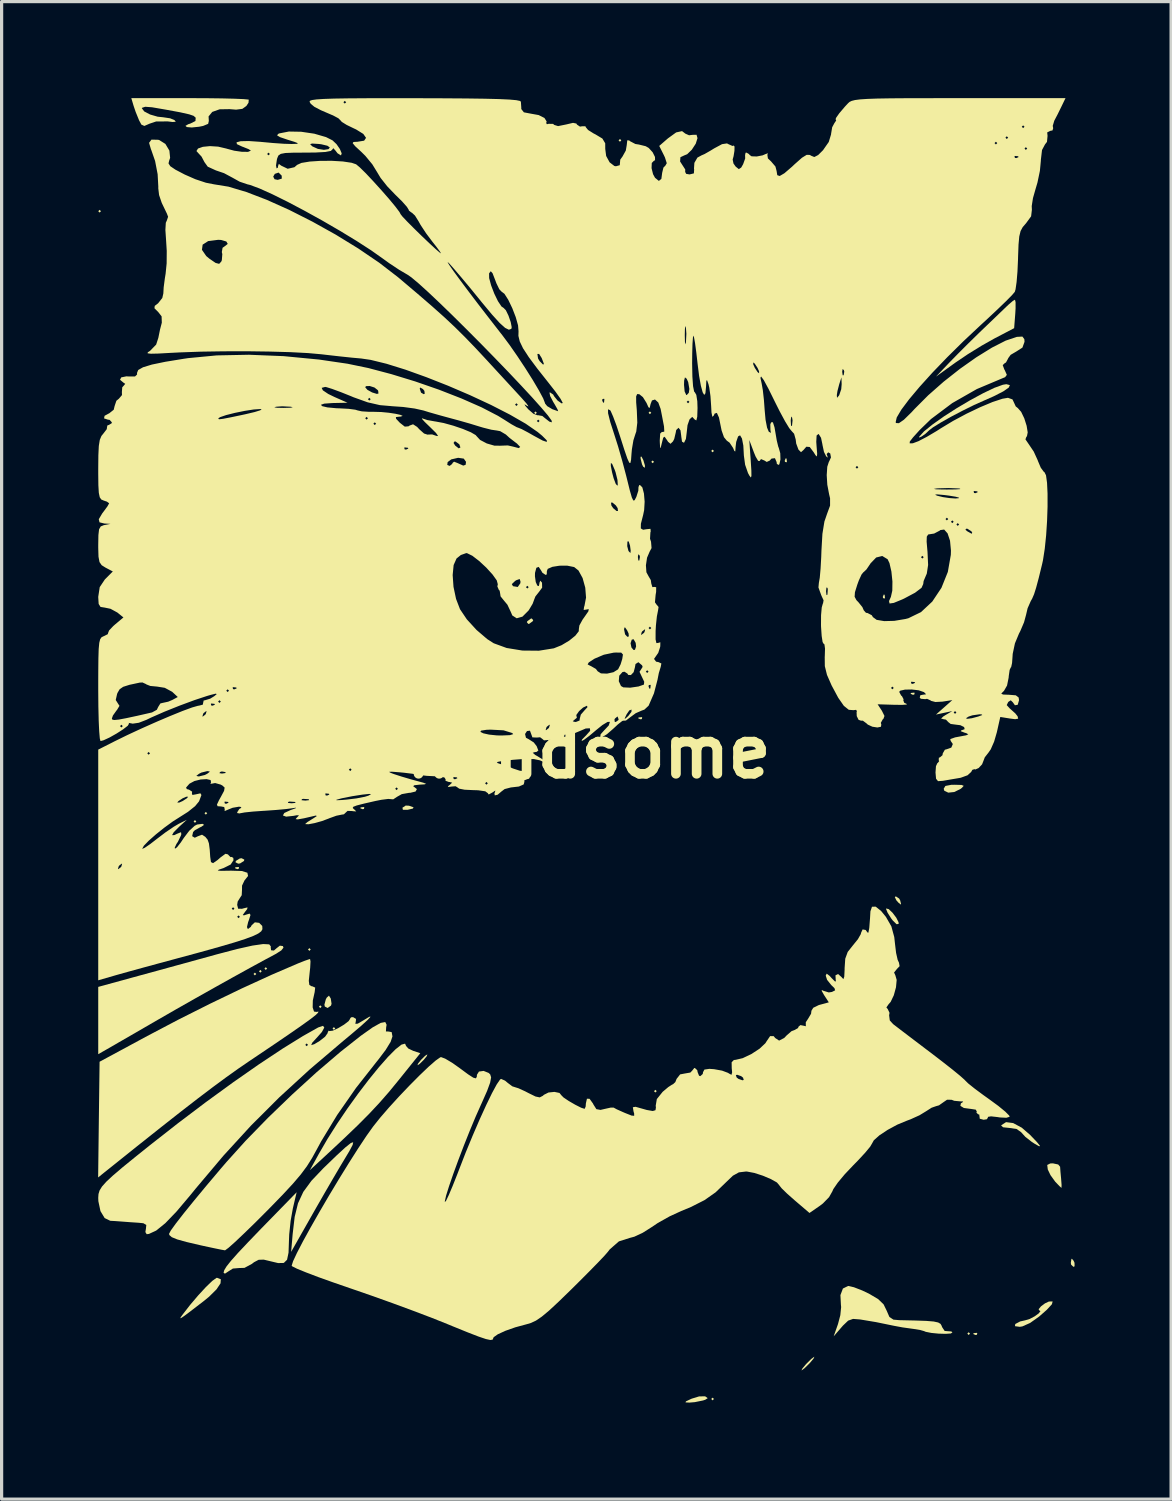
<source format=kicad_pcb>
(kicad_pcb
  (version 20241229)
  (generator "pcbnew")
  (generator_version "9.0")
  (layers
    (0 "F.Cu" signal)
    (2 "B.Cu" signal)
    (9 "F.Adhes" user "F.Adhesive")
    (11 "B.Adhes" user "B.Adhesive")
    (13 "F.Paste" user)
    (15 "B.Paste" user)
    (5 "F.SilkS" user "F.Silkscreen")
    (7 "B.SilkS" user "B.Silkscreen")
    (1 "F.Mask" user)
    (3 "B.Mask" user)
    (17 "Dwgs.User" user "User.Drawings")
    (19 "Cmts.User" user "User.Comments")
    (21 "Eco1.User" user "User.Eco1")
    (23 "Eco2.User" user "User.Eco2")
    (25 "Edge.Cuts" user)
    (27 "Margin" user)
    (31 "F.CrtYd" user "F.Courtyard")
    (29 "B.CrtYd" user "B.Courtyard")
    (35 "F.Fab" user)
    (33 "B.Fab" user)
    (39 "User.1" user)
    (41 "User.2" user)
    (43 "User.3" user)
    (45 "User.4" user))
  (footprint "handsome"
    (layer "F.Cu")
    (at 15.243 20.32)
    (property "Reference" "handsome" (at 0 0 0) (layer "F.SilkS") (effects (font (size 1.5 1.5) (thickness 0.3))))
    (attr board_only exclude_from_pos_files exclude_from_bom)
    (fp_poly (pts (xy -15.155 -16.806) (xy -15.198 -16.764) (xy -15.24 -16.806) (xy -15.198 -16.849)) (stroke (width 0) (type solid)) (fill yes) (layer "F.SilkS"))
    (fp_poly (pts (xy -12.192 2.159) (xy -12.234 2.201) (xy -12.277 2.159) (xy -12.234 2.117)) (stroke (width 0) (type solid)) (fill yes) (layer "F.SilkS"))
    (fp_poly (pts (xy -11.853 1.905) (xy -11.896 1.947) (xy -11.938 1.905) (xy -11.896 1.863)) (stroke (width 0) (type solid)) (fill yes) (layer "F.SilkS"))
    (fp_poly (pts (xy -10.329 6.9) (xy -10.372 6.943) (xy -10.414 6.9) (xy -10.372 6.858)) (stroke (width 0) (type solid)) (fill yes) (layer "F.SilkS"))
    (fp_poly (pts (xy -10.16 6.816) (xy -10.202 6.858) (xy -10.245 6.816) (xy -10.202 6.773)) (stroke (width 0) (type solid)) (fill yes) (layer "F.SilkS"))
    (fp_poly (pts (xy -9.991 6.731) (xy -10.033 6.773) (xy -10.075 6.731) (xy -10.033 6.689)) (stroke (width 0) (type solid)) (fill yes) (layer "F.SilkS"))
    (fp_poly (pts (xy -8.636 6.138) (xy -8.678 6.181) (xy -8.721 6.138) (xy -8.678 6.096)) (stroke (width 0) (type solid)) (fill yes) (layer "F.SilkS"))
    (fp_poly (pts (xy -8.297 7.916) (xy -8.34 7.959) (xy -8.382 7.916) (xy -8.34 7.874)) (stroke (width 0) (type solid)) (fill yes) (layer "F.SilkS"))
    (fp_poly (pts (xy -7.874 8.594) (xy -7.916 8.636) (xy -7.959 8.594) (xy -7.916 8.551)) (stroke (width 0) (type solid)) (fill yes) (layer "F.SilkS"))
    (fp_poly (pts (xy -1.609 -10.541) (xy -1.651 -10.499) (xy -1.693 -10.541) (xy -1.651 -10.583)) (stroke (width 0) (type solid)) (fill yes) (layer "F.SilkS"))
    (fp_poly (pts (xy 1.016 -19.008) (xy 0.974 -18.965) (xy 0.931 -19.008) (xy 0.974 -19.05)) (stroke (width 0) (type solid)) (fill yes) (layer "F.SilkS"))
    (fp_poly (pts (xy 1.947 -10.541) (xy 1.905 -10.499) (xy 1.863 -10.541) (xy 1.905 -10.583)) (stroke (width 0) (type solid)) (fill yes) (layer "F.SilkS"))
    (fp_poly (pts (xy 2.032 -9.017) (xy 1.99 -8.975) (xy 1.947 -9.017) (xy 1.99 -9.059)) (stroke (width 0) (type solid)) (fill yes) (layer "F.SilkS"))
    (fp_poly (pts (xy 2.117 10.541) (xy 2.074 10.583) (xy 2.032 10.541) (xy 2.074 10.499)) (stroke (width 0) (type solid)) (fill yes) (layer "F.SilkS"))
    (fp_poly (pts (xy 3.895 -9.356) (xy 3.852 -9.313) (xy 3.81 -9.356) (xy 3.852 -9.398)) (stroke (width 0) (type solid)) (fill yes) (layer "F.SilkS"))
    (fp_poly (pts (xy 3.895 20.108) (xy 3.852 20.151) (xy 3.81 20.108) (xy 3.852 20.066)) (stroke (width 0) (type solid)) (fill yes) (layer "F.SilkS"))
    (fp_poly (pts (xy 11.853 18.076) (xy 11.811 18.119) (xy 11.769 18.076) (xy 11.811 18.034)) (stroke (width 0) (type solid)) (fill yes) (layer "F.SilkS"))
    (fp_poly (pts (xy -10.866 3.584) (xy -10.877 3.635) (xy -10.922 3.641) (xy -10.992 3.61) (xy -10.978 3.584) (xy -10.878 3.574)) (stroke (width 0) (type solid)) (fill yes) (layer "F.SilkS"))
    (fp_poly (pts (xy -6.971 1.722) (xy -6.983 1.772) (xy -7.027 1.778) (xy -7.097 1.747) (xy -7.084 1.722) (xy -6.983 1.711)) (stroke (width 0) (type solid)) (fill yes) (layer "F.SilkS"))
    (fp_poly (pts (xy 1.665 -1.072) (xy 1.653 -1.022) (xy 1.609 -1.016) (xy 1.539 -1.047) (xy 1.552 -1.072) (xy 1.653 -1.083)) (stroke (width 0) (type solid)) (fill yes) (layer "F.SilkS"))
    (fp_poly (pts (xy 6.152 -9.116) (xy 6.163 -9.015) (xy 6.152 -9.003) (xy 6.102 -9.015) (xy 6.096 -9.059) (xy 6.127 -9.129)) (stroke (width 0) (type solid)) (fill yes) (layer "F.SilkS"))
    (fp_poly (pts (xy 9.2 -4.882) (xy 9.211 -4.782) (xy 9.2 -4.77) (xy 9.15 -4.781) (xy 9.144 -4.826) (xy 9.175 -4.896)) (stroke (width 0) (type solid)) (fill yes) (layer "F.SilkS"))
    (fp_poly (pts (xy 10.132 -1.834) (xy 10.12 -1.784) (xy 10.075 -1.778) (xy 10.006 -1.809) (xy 10.019 -1.834) (xy 10.119 -1.845)) (stroke (width 0) (type solid)) (fill yes) (layer "F.SilkS"))
    (fp_poly (pts (xy 12.079 18.062) (xy 12.067 18.113) (xy 12.023 18.119) (xy 11.953 18.088) (xy 11.966 18.062) (xy 12.067 18.052)) (stroke (width 0) (type solid)) (fill yes) (layer "F.SilkS"))
    (fp_poly (pts (xy -5.583 1.67) (xy -5.441 1.719) (xy -5.46 1.758) (xy -5.623 1.797) (xy -5.772 1.798) (xy -5.786 1.732) (xy -5.684 1.665)) (stroke (width 0) (type solid)) (fill yes) (layer "F.SilkS"))
    (fp_poly (pts (xy -10.701 3.344) (xy -10.71 3.387) (xy -10.832 3.464) (xy -10.89 3.471) (xy -10.973 3.429) (xy -10.964 3.387) (xy -10.842 3.31) (xy -10.785 3.302)) (stroke (width 0) (type solid)) (fill yes) (layer "F.SilkS"))
    (fp_poly (pts (xy -5.029 9.451) (xy -5.122 9.567) (xy -5.25 9.693) (xy -5.318 9.737) (xy -5.301 9.684) (xy -5.207 9.567) (xy -5.08 9.442) (xy -5.011 9.398)) (stroke (width 0) (type solid)) (fill yes) (layer "F.SilkS"))
    (fp_poly (pts (xy -1.722 -4.097) (xy -1.736 -4.064) (xy -1.848 -3.982) (xy -1.873 -3.979) (xy -1.919 -4.032) (xy -1.905 -4.064) (xy -1.793 -4.146) (xy -1.768 -4.149)) (stroke (width 0) (type solid)) (fill yes) (layer "F.SilkS"))
    (fp_poly (pts (xy 1.701 -9.068) (xy 1.75 -8.905) (xy 1.748 -8.832) (xy 1.695 -8.867) (xy 1.661 -8.936) (xy 1.617 -9.112) (xy 1.614 -9.172) (xy 1.643 -9.181)) (stroke (width 0) (type solid)) (fill yes) (layer "F.SilkS"))
    (fp_poly (pts (xy 9.65 4.555) (xy 9.683 4.614) (xy 9.71 4.725) (xy 9.702 4.741) (xy 9.631 4.685) (xy 9.567 4.614) (xy 9.516 4.511) (xy 9.548 4.487)) (stroke (width 0) (type solid)) (fill yes) (layer "F.SilkS"))
    (fp_poly (pts (xy 15.074 15.814) (xy 15.101 15.875) (xy 15.103 15.984) (xy 15.068 16.002) (xy 14.995 15.933) (xy 14.986 15.875) (xy 15.004 15.762) (xy 15.019 15.748)) (stroke (width 0) (type solid)) (fill yes) (layer "F.SilkS"))
    (fp_poly (pts (xy -8.013 7.663) (xy -7.989 7.824) (xy -8.006 7.882) (xy -8.11 7.956) (xy -8.198 7.912) (xy -8.211 7.853) (xy -8.167 7.688) (xy -8.138 7.634) (xy -8.069 7.573)) (stroke (width 0) (type solid)) (fill yes) (layer "F.SilkS"))
    (fp_poly (pts (xy 9.327 4.884) (xy 9.446 4.997) (xy 9.562 5.151) (xy 9.632 5.291) (xy 9.635 5.343) (xy 9.571 5.353) (xy 9.45 5.234) (xy 9.405 5.175) (xy 9.291 4.994) (xy 9.244 4.878) (xy 9.247 4.864)) (stroke (width 0) (type solid)) (fill yes) (layer "F.SilkS"))
    (fp_poly (pts (xy 11.592 1.025) (xy 11.657 1.052) (xy 11.601 1.115) (xy 11.562 1.146) (xy 11.365 1.244) (xy 11.178 1.264) (xy 11.055 1.206) (xy 11.035 1.143) (xy 11.088 1.056) (xy 11.268 1.021) (xy 11.381 1.019)) (stroke (width 0) (type solid)) (fill yes) (layer "F.SilkS"))
    (fp_poly (pts (xy 3.631 20.031) (xy 3.702 20.082) (xy 3.626 20.131) (xy 3.556 20.154) (xy 3.3 20.206) (xy 3.133 20.22) (xy 3.011 20.214) (xy 3.025 20.182) (xy 3.183 20.107) (xy 3.207 20.097) (xy 3.433 20.028) (xy 3.613 20.025)) (stroke (width 0) (type solid)) (fill yes) (layer "F.SilkS"))
    (fp_poly (pts (xy 6.993 18.849) (xy 6.884 18.98) (xy 6.858 19.008) (xy 6.713 19.15) (xy 6.622 19.218) (xy 6.617 19.219) (xy 6.639 19.166) (xy 6.748 19.035) (xy 6.773 19.008) (xy 6.918 18.865) (xy 7.009 18.797) (xy 7.015 18.796)) (stroke (width 0) (type solid)) (fill yes) (layer "F.SilkS"))
    (fp_poly (pts (xy 14.594 12.82) (xy 14.653 12.89) (xy 14.664 13.045) (xy 14.685 13.27) (xy 14.685 13.271) (xy 14.699 13.458) (xy 14.696 13.546) (xy 14.695 13.547) (xy 14.632 13.492) (xy 14.505 13.359) (xy 14.502 13.356) (xy 14.354 13.151) (xy 14.27 12.975) (xy 14.253 12.835) (xy 14.347 12.788) (xy 14.43 12.785)) (stroke (width 0) (type solid)) (fill yes) (layer "F.SilkS"))
    (fp_poly (pts (xy -11.43 16.387) (xy -11.439 16.513) (xy -11.564 16.7) (xy -11.796 16.93) (xy -11.959 17.063) (xy -12.298 17.324) (xy -12.521 17.493) (xy -12.646 17.581) (xy -12.691 17.601) (xy -12.675 17.564) (xy -12.617 17.484) (xy -12.382 17.181) (xy -12.132 16.887) (xy -11.894 16.629) (xy -11.697 16.439) (xy -11.568 16.346) (xy -11.549 16.341)) (stroke (width 0) (type solid)) (fill yes) (layer "F.SilkS"))
    (fp_poly (pts (xy 13.194 11.533) (xy 13.461 11.676) (xy 13.716 11.896) (xy 13.934 12.124) (xy 14.029 12.242) (xy 14.004 12.256) (xy 13.859 12.174) (xy 13.765 12.112) (xy 13.574 11.963) (xy 13.447 11.823) (xy 13.443 11.817) (xy 13.3 11.717) (xy 13.072 11.684) (xy 12.881 11.664) (xy 12.822 11.61) (xy 12.827 11.599) (xy 12.973 11.504)) (stroke (width 0) (type solid)) (fill yes) (layer "F.SilkS"))
    (fp_poly (pts (xy -7.333 12.211) (xy -7.434 12.401) (xy -7.545 12.587) (xy -7.716 12.871) (xy -7.944 13.259) (xy -8.204 13.707) (xy -8.471 14.172) (xy -8.573 14.351) (xy -9.245 15.536) (xy -9.198 14.986) (xy -9.135 14.448) (xy -9.032 14.027) (xy -8.867 13.671) (xy -8.614 13.326) (xy -8.248 12.941) (xy -8.221 12.915) (xy -7.836 12.543) (xy -7.561 12.29) (xy -7.39 12.153) (xy -7.317 12.128)) (stroke (width 0) (type solid)) (fill yes) (layer "F.SilkS"))
    (fp_poly (pts (xy 13.269 -13.979) (xy 13.269 -13.783) (xy 13.259 -13.613) (xy 13.225 -13.171) (xy 12.603 -12.846) (xy 12.213 -12.626) (xy 11.781 -12.359) (xy 11.398 -12.1) (xy 11.388 -12.093) (xy 10.795 -11.665) (xy 11.218 -12.109) (xy 11.475 -12.372) (xy 11.799 -12.696) (xy 12.137 -13.027) (xy 12.271 -13.156) (xy 12.553 -13.426) (xy 12.803 -13.666) (xy 12.987 -13.843) (xy 13.054 -13.906) (xy 13.186 -14.019) (xy 13.251 -14.055)) (stroke (width 0) (type solid)) (fill yes) (layer "F.SilkS"))
    (fp_poly (pts (xy 14.398 17.164) (xy 14.239 17.337) (xy 14 17.547) (xy 13.721 17.745) (xy 13.478 17.853) (xy 13.397 17.865) (xy 13.25 17.845) (xy 13.259 17.78) (xy 13.263 17.776) (xy 13.412 17.698) (xy 13.568 17.663) (xy 13.708 17.621) (xy 13.864 17.538) (xy 13.99 17.446) (xy 14.043 17.376) (xy 14.008 17.357) (xy 13.985 17.318) (xy 14.058 17.23) (xy 14.183 17.136) (xy 14.305 17.079) (xy 14.421 17.076)) (stroke (width 0) (type solid)) (fill yes) (layer "F.SilkS"))
    (fp_poly (pts (xy -5.673 9.137) (xy -5.602 9.217) (xy -5.452 9.288) (xy -5.231 9.362) (xy -5.909 10.205) (xy -6.207 10.568) (xy -6.502 10.905) (xy -6.818 11.243) (xy -7.183 11.61) (xy -7.623 12.031) (xy -8.163 12.535) (xy -8.205 12.574) (xy -8.663 12.996) (xy -8.383 12.488) (xy -8.115 12.026) (xy -7.812 11.548) (xy -7.488 11.069) (xy -7.155 10.607) (xy -6.826 10.176) (xy -6.515 9.794) (xy -6.234 9.475) (xy -5.997 9.237) (xy -5.816 9.095) (xy -5.704 9.065)) (stroke (width 0) (type solid)) (fill yes) (layer "F.SilkS"))
    (fp_poly (pts (xy 13.093 -11.402) (xy 13.057 -11.325) (xy 12.885 -11.205) (xy 12.587 -11.053) (xy 12.297 -10.925) (xy 11.975 -10.781) (xy 11.615 -10.603) (xy 11.257 -10.415) (xy 10.939 -10.235) (xy 10.7 -10.087) (xy 10.583 -9.996) (xy 10.47 -9.89) (xy 10.35 -9.805) (xy 10.274 -9.771) (xy 10.274 -9.798) (xy 10.424 -9.964) (xy 10.691 -10.18) (xy 11.04 -10.427) (xy 11.44 -10.684) (xy 11.857 -10.931) (xy 12.258 -11.148) (xy 12.608 -11.316) (xy 12.876 -11.413) (xy 12.982 -11.43)) (stroke (width 0) (type solid)) (fill yes) (layer "F.SilkS"))
    (fp_poly (pts (xy -9.192 14.186) (xy -9.261 14.573) (xy -9.305 14.996) (xy -9.313 15.198) (xy -9.326 15.562) (xy -9.372 15.781) (xy -9.473 15.88) (xy -9.649 15.884) (xy -9.851 15.836) (xy -10.097 15.777) (xy -10.255 15.782) (xy -10.399 15.858) (xy -10.465 15.909) (xy -10.695 16.033) (xy -10.857 16.038) (xy -11.055 16.054) (xy -11.182 16.134) (xy -11.302 16.213) (xy -11.345 16.185) (xy -11.324 16.105) (xy -11.251 15.985) (xy -11.113 15.812) (xy -10.898 15.57) (xy -10.592 15.245) (xy -10.183 14.82) (xy -10.019 14.652) (xy -9.074 13.683)) (stroke (width 0) (type solid)) (fill yes) (layer "F.SilkS"))
    (fp_poly (pts (xy -9.926 5.979) (xy -9.874 6.046) (xy -9.88 6.065) (xy -9.869 6.163) (xy -9.78 6.171) (xy -9.694 6.096) (xy -9.595 6.019) (xy -9.501 6.033) (xy -9.483 6.082) (xy -9.55 6.166) (xy -9.712 6.271) (xy -9.714 6.272) (xy -10.056 6.455) (xy -10.513 6.704) (xy -11.051 7.001) (xy -11.637 7.328) (xy -12.239 7.667) (xy -12.824 7.999) (xy -13.359 8.307) (xy -13.377 8.317) (xy -13.822 8.575) (xy -14.235 8.814) (xy -14.586 9.016) (xy -14.844 9.166) (xy -14.965 9.235) (xy -15.24 9.392) (xy -15.24 8.347) (xy -15.24 7.301) (xy -13.949 6.947) (xy -13.385 6.793) (xy -12.763 6.622) (xy -12.155 6.455) (xy -11.629 6.31) (xy -11.557 6.29) (xy -10.925 6.124) (xy -10.446 6.017) (xy -10.114 5.969)) (stroke (width 0) (type solid)) (fill yes) (layer "F.SilkS"))
    (fp_poly (pts (xy -8.643 6.51) (xy -8.653 6.703) (xy -8.67 6.858) (xy -8.696 7.112) (xy -8.679 7.24) (xy -8.613 7.28) (xy -8.591 7.281) (xy -8.498 7.322) (xy -8.514 7.466) (xy -8.516 7.472) (xy -8.571 7.724) (xy -8.576 7.937) (xy -8.534 8.068) (xy -8.454 8.078) (xy -8.395 8.068) (xy -8.41 8.105) (xy -8.479 8.173) (xy -8.64 8.299) (xy -8.902 8.488) (xy -9.276 8.748) (xy -9.771 9.086) (xy -10.396 9.507) (xy -10.542 9.605) (xy -10.888 9.842) (xy -11.261 10.108) (xy -11.676 10.414) (xy -12.146 10.77) (xy -12.686 11.188) (xy -13.311 11.68) (xy -14.035 12.255) (xy -14.872 12.925) (xy -15.05 13.067) (xy -15.243 13.223) (xy -15.221 11.425) (xy -15.198 9.627) (xy -13.716 8.827) (xy -12.762 8.325) (xy -11.769 7.826) (xy -10.785 7.352) (xy -9.853 6.925) (xy -9.028 6.57) (xy -8.815 6.486) (xy -8.677 6.439) (xy -8.657 6.435)) (stroke (width 0) (type solid)) (fill yes) (layer "F.SilkS"))
    (fp_poly (pts (xy 8.245 16.635) (xy 8.5 16.734) (xy 8.711 16.834) (xy 8.999 17.004) (xy 9.168 17.168) (xy 9.262 17.361) (xy 9.348 17.559) (xy 9.473 17.642) (xy 9.653 17.658) (xy 10.144 17.669) (xy 10.492 17.681) (xy 10.724 17.7) (xy 10.863 17.73) (xy 10.938 17.774) (xy 10.974 17.838) (xy 10.983 17.869) (xy 11.064 17.993) (xy 11.142 18) (xy 11.274 18.009) (xy 11.306 18.039) (xy 11.258 18.072) (xy 11.097 18.083) (xy 10.877 18.077) (xy 10.652 18.055) (xy 10.476 18.02) (xy 10.424 17.998) (xy 10.308 17.965) (xy 10.095 17.93) (xy 10.029 17.921) (xy 9.751 17.882) (xy 9.509 17.837) (xy 9.483 17.832) (xy 8.933 17.719) (xy 8.437 17.636) (xy 8.219 17.619) (xy 8.066 17.673) (xy 7.904 17.828) (xy 7.864 17.874) (xy 7.616 18.161) (xy 7.75 17.78) (xy 7.823 17.502) (xy 7.848 17.251) (xy 7.841 17.179) (xy 7.826 16.879) (xy 7.903 16.675) (xy 8.062 16.597) (xy 8.074 16.596)) (stroke (width 0) (type solid)) (fill yes) (layer "F.SilkS"))
    (fp_poly (pts (xy -11.877 -20.318) (xy -11.4 -20.312) (xy -11.007 -20.302) (xy -10.725 -20.29) (xy -10.577 -20.276) (xy -10.562 -20.271) (xy -10.57 -20.177) (xy -10.636 -20.077) (xy -10.761 -19.987) (xy -10.956 -19.962) (xy -11.159 -19.978) (xy -11.468 -19.973) (xy -11.696 -19.892) (xy -11.811 -19.752) (xy -11.803 -19.611) (xy -11.824 -19.521) (xy -11.982 -19.456) (xy -12.107 -19.431) (xy -12.334 -19.408) (xy -12.485 -19.421) (xy -12.53 -19.458) (xy -12.444 -19.509) (xy -12.379 -19.529) (xy -12.219 -19.609) (xy -12.211 -19.712) (xy -12.277 -19.77) (xy -12.411 -19.816) (xy -12.694 -19.88) (xy -13.132 -19.961) (xy -13.568 -20.036) (xy -13.78 -20.052) (xy -13.882 -20.018) (xy -13.885 -20.006) (xy -13.811 -19.907) (xy -13.627 -19.811) (xy -13.392 -19.743) (xy -13.225 -19.726) (xy -13.004 -19.693) (xy -12.869 -19.636) (xy -12.83 -19.586) (xy -12.931 -19.579) (xy -13.081 -19.597) (xy -13.443 -19.594) (xy -13.643 -19.527) (xy -13.807 -19.456) (xy -13.899 -19.497) (xy -13.971 -19.631) (xy -14.077 -19.892) (xy -14.143 -20.087) (xy -14.212 -20.32) (xy -12.412 -20.32)) (stroke (width 0) (type solid)) (fill yes) (layer "F.SilkS"))
    (fp_poly (pts (xy -6.278 8.478) (xy -6.292 8.558) (xy -6.299 8.685) (xy -6.217 8.688) (xy -6.121 8.706) (xy -6.096 8.84) (xy -6.152 9.007) (xy -6.308 9.261) (xy -6.542 9.57) (xy -6.583 9.62) (xy -7.228 10.44) (xy -7.816 11.284) (xy -8.312 12.101) (xy -8.439 12.336) (xy -8.595 12.62) (xy -8.756 12.876) (xy -8.946 13.131) (xy -9.186 13.413) (xy -9.498 13.75) (xy -9.906 14.17) (xy -10.022 14.287) (xy -10.39 14.655) (xy -10.721 14.976) (xy -10.994 15.234) (xy -11.192 15.41) (xy -11.295 15.486) (xy -11.302 15.488) (xy -11.42 15.467) (xy -11.658 15.418) (xy -11.97 15.351) (xy -12.065 15.33) (xy -12.496 15.229) (xy -12.784 15.149) (xy -12.953 15.08) (xy -13.029 15.014) (xy -13.039 14.974) (xy -12.985 14.872) (xy -12.83 14.657) (xy -12.586 14.343) (xy -12.263 13.944) (xy -11.874 13.474) (xy -11.429 12.947) (xy -11.253 12.742) (xy -10.657 12.081) (xy -9.965 11.37) (xy -9.217 10.649) (xy -8.454 9.953) (xy -7.714 9.321) (xy -7.078 8.819) (xy -6.714 8.561) (xy -6.463 8.42) (xy -6.32 8.393)) (stroke (width 0) (type solid)) (fill yes) (layer "F.SilkS"))
    (fp_poly (pts (xy -6.862 8.323) (xy -7.067 8.51) (xy -7.389 8.784) (xy -7.599 8.958) (xy -8.662 9.861) (xy -9.613 10.733) (xy -10.496 11.615) (xy -11.351 12.549) (xy -12.219 13.578) (xy -12.384 13.781) (xy -12.808 14.283) (xy -13.156 14.645) (xy -13.439 14.874) (xy -13.664 14.978) (xy -13.735 14.986) (xy -13.775 14.92) (xy -13.758 14.817) (xy -13.746 14.699) (xy -13.838 14.646) (xy -13.985 14.631) (xy -14.255 14.613) (xy -14.478 14.596) (xy -14.722 14.578) (xy -14.867 14.57) (xy -15.041 14.485) (xy -15.171 14.269) (xy -15.236 13.961) (xy -15.24 13.856) (xy -15.232 13.739) (xy -15.198 13.627) (xy -15.122 13.504) (xy -14.989 13.355) (xy -14.783 13.163) (xy -14.489 12.912) (xy -14.091 12.588) (xy -13.631 12.219) (xy -12.759 11.536) (xy -11.891 10.88) (xy -11.048 10.267) (xy -10.251 9.711) (xy -9.52 9.226) (xy -9.32 9.102) (xy -8.805 9.102) (xy -8.763 9.144) (xy -8.721 9.102) (xy -8.763 9.059) (xy -8.805 9.102) (xy -9.32 9.102) (xy -8.876 8.827) (xy -8.403 8.561) (xy -8.253 8.511) (xy -8.215 8.565) (xy -8.289 8.702) (xy -8.424 8.855) (xy -8.589 9.035) (xy -8.622 9.111) (xy -8.524 9.081) (xy -8.361 8.983) (xy -8.19 8.849) (xy -8.109 8.735) (xy -8.109 8.715) (xy -8.081 8.661) (xy -8.051 8.673) (xy -7.95 8.661) (xy -7.783 8.583) (xy -7.601 8.474) (xy -7.458 8.364) (xy -7.408 8.287) (xy -7.412 8.28) (xy -7.38 8.246) (xy -7.32 8.241) (xy -7.228 8.296) (xy -7.233 8.354) (xy -7.249 8.45) (xy -7.174 8.443) (xy -6.986 8.333) (xy -6.982 8.33) (xy -6.815 8.229) (xy -6.776 8.228)) (stroke (width 0) (type solid)) (fill yes) (layer "F.SilkS"))
    (fp_poly (pts (xy 9.093 4.945) (xy 9.238 5.123) (xy 9.409 5.42) (xy 9.499 5.752) (xy 9.522 5.962) (xy 9.556 6.245) (xy 9.605 6.462) (xy 9.645 6.547) (xy 9.665 6.657) (xy 9.586 6.739) (xy 9.493 6.853) (xy 9.533 6.941) (xy 9.574 7.083) (xy 9.553 7.312) (xy 9.485 7.561) (xy 9.387 7.767) (xy 9.323 7.84) (xy 9.254 7.939) (xy 9.297 7.991) (xy 9.352 8.107) (xy 9.339 8.184) (xy 9.36 8.343) (xy 9.462 8.456) (xy 9.591 8.555) (xy 9.825 8.734) (xy 10.136 8.97) (xy 10.494 9.242) (xy 10.639 9.351) (xy 10.997 9.626) (xy 11.308 9.87) (xy 11.545 10.064) (xy 11.683 10.187) (xy 11.706 10.212) (xy 11.799 10.303) (xy 11.999 10.463) (xy 12.271 10.665) (xy 12.449 10.792) (xy 12.733 11) (xy 12.95 11.178) (xy 13.071 11.3) (xy 13.085 11.338) (xy 12.983 11.368) (xy 12.78 11.358) (xy 12.704 11.346) (xy 12.506 11.324) (xy 12.411 11.34) (xy 12.411 11.357) (xy 12.378 11.414) (xy 12.277 11.43) (xy 12.156 11.398) (xy 12.15 11.345) (xy 12.14 11.267) (xy 12.107 11.261) (xy 12.052 11.209) (xy 12.065 11.176) (xy 12.032 11.116) (xy 11.869 11.091) (xy 11.863 11.091) (xy 11.662 11.064) (xy 11.554 10.998) (xy 11.57 10.919) (xy 11.62 10.889) (xy 11.64 10.859) (xy 11.557 10.859) (xy 11.363 10.841) (xy 11.281 10.809) (xy 11.139 10.808) (xy 11.042 10.874) (xy 10.889 10.982) (xy 10.8 11.007) (xy 10.659 11.056) (xy 10.489 11.165) (xy 10.284 11.29) (xy 10.006 11.416) (xy 9.89 11.459) (xy 9.591 11.583) (xy 9.294 11.744) (xy 9.037 11.914) (xy 8.863 12.069) (xy 8.809 12.167) (xy 8.75 12.267) (xy 8.596 12.453) (xy 8.373 12.694) (xy 8.217 12.853) (xy 7.957 13.128) (xy 7.743 13.385) (xy 7.606 13.584) (xy 7.575 13.655) (xy 7.473 13.835) (xy 7.282 14.031) (xy 7.192 14.1) (xy 6.864 14.327) (xy 6.396 13.927) (xy 6.167 13.724) (xy 6 13.561) (xy 5.928 13.471) (xy 5.927 13.467) (xy 5.853 13.38) (xy 5.665 13.274) (xy 5.414 13.168) (xy 5.151 13.083) (xy 4.925 13.04) (xy 4.884 13.039) (xy 4.67 13.065) (xy 4.484 13.168) (xy 4.264 13.379) (xy 4.262 13.381) (xy 3.947 13.685) (xy 3.605 13.926) (xy 3.181 14.141) (xy 2.879 14.266) (xy 2.52 14.431) (xy 2.151 14.638) (xy 1.954 14.77) (xy 1.684 14.941) (xy 1.422 15.064) (xy 1.28 15.102) (xy 0.941 15.21) (xy 0.657 15.458) (xy 0.597 15.536) (xy 0.497 15.651) (xy 0.299 15.86) (xy 0.026 16.139) (xy -0.299 16.465) (xy -0.539 16.703) (xy -0.929 17.082) (xy -1.226 17.358) (xy -1.454 17.548) (xy -1.636 17.672) (xy -1.797 17.747) (xy -1.941 17.789) (xy -2.277 17.88) (xy -2.584 17.988) (xy -2.822 18.097) (xy -2.951 18.188) (xy -2.963 18.216) (xy -2.982 18.263) (xy -3.052 18.275) (xy -3.192 18.245) (xy -3.423 18.167) (xy -3.764 18.035) (xy -4.234 17.844) (xy -4.394 17.778) (xy -4.862 17.591) (xy -5.443 17.37) (xy -6.088 17.132) (xy -6.748 16.896) (xy -7.375 16.679) (xy -7.42 16.664) (xy -7.94 16.484) (xy -8.402 16.319) (xy -8.782 16.174) (xy -9.059 16.061) (xy -9.208 15.987) (xy -9.229 15.967) (xy -9.185 15.827) (xy -9.064 15.568) (xy -8.879 15.211) (xy -8.642 14.781) (xy -8.368 14.3) (xy -8.07 13.79) (xy -7.761 13.276) (xy -7.455 12.78) (xy -7.165 12.324) (xy -6.905 11.932) (xy -6.698 11.642) (xy -6.479 11.367) (xy -6.202 11.047) (xy -5.89 10.705) (xy -5.566 10.365) (xy -5.253 10.05) (xy -4.974 9.783) (xy -4.752 9.589) (xy -4.611 9.49) (xy -4.585 9.483) (xy -4.457 9.531) (xy -4.245 9.657) (xy -4.012 9.821) (xy -3.744 10.019) (xy -3.583 10.123) (xy -3.502 10.143) (xy -3.474 10.09) (xy -3.471 10.033) (xy -3.408 9.932) (xy -3.263 9.912) (xy -3.106 9.975) (xy -3.058 10.021) (xy -3.03 10.113) (xy -3.06 10.275) (xy -3.154 10.532) (xy -3.322 10.911) (xy -3.344 10.959) (xy -3.511 11.334) (xy -3.692 11.768) (xy -3.876 12.23) (xy -4.052 12.691) (xy -4.21 13.124) (xy -4.339 13.499) (xy -4.429 13.787) (xy -4.468 13.959) (xy -4.467 13.988) (xy -4.429 13.945) (xy -4.345 13.769) (xy -4.225 13.485) (xy -4.08 13.12) (xy -4.028 12.984) (xy -3.82 12.448) (xy -3.602 11.919) (xy -3.386 11.419) (xy -3.182 10.972) (xy -3.002 10.601) (xy -2.855 10.33) (xy -2.753 10.181) (xy -2.721 10.16) (xy -2.598 10.214) (xy -2.51 10.287) (xy -2.371 10.391) (xy -2.3 10.414) (xy -2.181 10.451) (xy -1.975 10.545) (xy -1.869 10.6) (xy -1.649 10.708) (xy -1.519 10.735) (xy -1.423 10.686) (xy -1.39 10.655) (xy -1.247 10.583) (xy -1.062 10.564) (xy -0.905 10.597) (xy -0.847 10.669) (xy -0.78 10.737) (xy -0.618 10.846) (xy -0.416 10.963) (xy -0.232 11.056) (xy -0.124 11.091) (xy -0.092 11.02) (xy -0.085 10.922) (xy -0.052 10.776) (xy 0.03 10.779) (xy 0.136 10.926) (xy 0.152 10.96) (xy 0.241 11.1) (xy 0.369 11.124) (xy 0.498 11.094) (xy 0.683 11.053) (xy 0.78 11.053) (xy 0.781 11.054) (xy 0.872 11.104) (xy 1.062 11.189) (xy 1.133 11.22) (xy 1.335 11.3) (xy 1.416 11.307) (xy 1.415 11.234) (xy 1.396 11.172) (xy 1.375 11.041) (xy 1.458 11.027) (xy 1.494 11.037) (xy 1.809 11.126) (xy 1.993 11.158) (xy 2.078 11.133) (xy 2.092 11.047) (xy 2.085 10.995) (xy 2.12 10.787) (xy 2.301 10.562) (xy 2.475 10.415) (xy 2.6 10.334) (xy 2.62 10.329) (xy 2.695 10.259) (xy 2.734 10.16) (xy 2.844 10.02) (xy 2.998 9.991) (xy 3.161 9.963) (xy 3.217 9.906) (xy 3.282 9.824) (xy 3.302 9.821) (xy 3.377 9.89) (xy 3.387 9.948) (xy 3.432 10.061) (xy 3.471 10.075) (xy 3.508 10.042) (xy 4.577 10.042) (xy 4.599 10.114) (xy 4.657 10.16) (xy 4.783 10.204) (xy 4.821 10.193) (xy 4.799 10.121) (xy 4.741 10.075) (xy 4.615 10.031) (xy 4.577 10.042) (xy 3.508 10.042) (xy 3.547 10.007) (xy 3.556 9.95) (xy 3.599 9.87) (xy 3.752 9.848) (xy 3.898 9.858) (xy 4.147 9.903) (xy 4.334 9.973) (xy 4.36 9.991) (xy 4.44 10.034) (xy 4.46 9.956) (xy 4.448 9.829) (xy 4.445 9.643) (xy 4.514 9.573) (xy 4.57 9.567) (xy 4.788 9.516) (xy 5.056 9.389) (xy 5.312 9.222) (xy 5.492 9.053) (xy 5.528 8.996) (xy 5.641 8.83) (xy 5.751 8.831) (xy 5.8 8.89) (xy 5.92 8.97) (xy 6.081 8.886) (xy 6.158 8.805) (xy 6.306 8.677) (xy 6.411 8.636) (xy 6.511 8.578) (xy 6.519 8.542) (xy 6.582 8.488) (xy 6.665 8.504) (xy 6.757 8.524) (xy 6.749 8.499) (xy 6.75 8.398) (xy 6.819 8.294) (xy 6.913 8.136) (xy 6.925 8.042) (xy 6.981 7.95) (xy 7.153 7.866) (xy 7.182 7.858) (xy 7.465 7.781) (xy 7.316 7.552) (xy 7.238 7.414) (xy 7.266 7.403) (xy 7.288 7.419) (xy 7.463 7.473) (xy 7.562 7.458) (xy 7.661 7.408) (xy 7.64 7.339) (xy 7.541 7.244) (xy 7.411 7.081) (xy 7.369 6.951) (xy 7.398 6.889) (xy 7.491 6.959) (xy 7.552 7.027) (xy 7.662 7.137) (xy 7.687 7.118) (xy 7.68 7.094) (xy 7.672 6.942) (xy 7.751 6.9) (xy 7.862 6.997) (xy 7.866 7.004) (xy 7.918 7.059) (xy 7.945 6.984) (xy 7.956 6.763) (xy 7.956 6.719) (xy 7.976 6.424) (xy 8.052 6.215) (xy 8.213 6.011) (xy 8.369 5.819) (xy 8.459 5.66) (xy 8.467 5.621) (xy 8.515 5.515) (xy 8.611 5.532) (xy 8.665 5.609) (xy 8.695 5.616) (xy 8.722 5.47) (xy 8.746 5.165) (xy 8.758 4.953) (xy 8.807 4.809) (xy 8.923 4.808)) (stroke (width 0) (type solid)) (fill yes) (layer "F.SilkS"))
    (fp_poly (pts (xy 14.688 -20.045) (xy 14.574 -19.813) (xy 14.476 -19.626) (xy 14.472 -19.618) (xy 14.424 -19.458) (xy 14.438 -19.385) (xy 14.416 -19.316) (xy 14.35 -19.304) (xy 14.252 -19.255) (xy 14.263 -19.147) (xy 14.245 -18.961) (xy 14.184 -18.882) (xy 14.091 -18.708) (xy 14.055 -18.401) (xy 14.055 -18.376) (xy 14.025 -18.06) (xy 13.949 -17.695) (xy 13.892 -17.502) (xy 13.81 -17.214) (xy 13.771 -16.966) (xy 13.776 -16.849) (xy 13.752 -16.647) (xy 13.595 -16.432) (xy 13.492 -16.313) (xy 13.425 -16.19) (xy 13.384 -16.022) (xy 13.361 -15.77) (xy 13.347 -15.395) (xy 13.345 -15.313) (xy 13.328 -14.932) (xy 13.301 -14.605) (xy 13.268 -14.376) (xy 13.244 -14.298) (xy 13.157 -14.196) (xy 12.967 -14.004) (xy 12.699 -13.746) (xy 12.376 -13.443) (xy 12.192 -13.274) (xy 11.65 -12.766) (xy 11.144 -12.266) (xy 10.685 -11.789) (xy 10.287 -11.349) (xy 9.961 -10.961) (xy 9.719 -10.638) (xy 9.576 -10.396) (xy 9.542 -10.247) (xy 9.555 -10.223) (xy 9.643 -10.218) (xy 9.798 -10.325) (xy 10.034 -10.556) (xy 10.13 -10.66) (xy 10.552 -11.083) (xy 11.032 -11.506) (xy 11.542 -11.908) (xy 12.053 -12.268) (xy 12.536 -12.567) (xy 12.962 -12.784) (xy 13.302 -12.898) (xy 13.315 -12.901) (xy 13.482 -12.91) (xy 13.542 -12.829) (xy 13.547 -12.747) (xy 13.482 -12.567) (xy 13.293 -12.446) (xy 13.117 -12.343) (xy 13.039 -12.237) (xy 13.039 -12.231) (xy 12.971 -12.105) (xy 12.933 -12.083) (xy 12.87 -12.023) (xy 12.917 -11.894) (xy 12.935 -11.862) (xy 12.998 -11.72) (xy 12.944 -11.648) (xy 12.892 -11.627) (xy 12.066 -11.279) (xy 11.302 -10.843) (xy 10.639 -10.345) (xy 10.29 -10.007) (xy 10.083 -9.778) (xy 9.982 -9.648) (xy 9.978 -9.593) (xy 10.059 -9.592) (xy 10.086 -9.597) (xy 10.251 -9.659) (xy 10.51 -9.794) (xy 10.816 -9.975) (xy 10.945 -10.058) (xy 11.328 -10.289) (xy 11.748 -10.514) (xy 12.169 -10.715) (xy 12.553 -10.876) (xy 12.862 -10.978) (xy 13.033 -11.007) (xy 13.173 -10.957) (xy 13.208 -10.884) (xy 13.274 -10.74) (xy 13.339 -10.688) (xy 13.443 -10.57) (xy 13.54 -10.368) (xy 13.613 -10.137) (xy 13.646 -9.932) (xy 13.622 -9.808) (xy 13.605 -9.796) (xy 13.576 -9.716) (xy 13.684 -9.558) (xy 13.834 -9.335) (xy 13.957 -9.066) (xy 13.964 -9.044) (xy 14.053 -8.834) (xy 14.146 -8.708) (xy 14.165 -8.698) (xy 14.215 -8.6) (xy 14.247 -8.366) (xy 14.263 -8.03) (xy 14.263 -7.624) (xy 14.248 -7.181) (xy 14.219 -6.734) (xy 14.176 -6.317) (xy 14.121 -5.961) (xy 14.095 -5.842) (xy 13.989 -5.408) (xy 13.908 -5.106) (xy 13.844 -4.903) (xy 13.785 -4.766) (xy 13.741 -4.689) (xy 13.643 -4.466) (xy 13.595 -4.262) (xy 13.532 -4.03) (xy 13.416 -3.757) (xy 13.375 -3.679) (xy 13.249 -3.375) (xy 13.18 -3.049) (xy 13.176 -2.985) (xy 13.16 -2.765) (xy 13.132 -2.637) (xy 13.119 -2.625) (xy 13.085 -2.55) (xy 13.058 -2.364) (xy 13.053 -2.307) (xy 13.004 -2.065) (xy 12.907 -1.896) (xy 12.893 -1.884) (xy 12.824 -1.815) (xy 12.878 -1.785) (xy 13.065 -1.778) (xy 13.276 -1.761) (xy 13.364 -1.694) (xy 13.377 -1.609) (xy 13.336 -1.467) (xy 13.249 -1.452) (xy 13.183 -1.545) (xy 13.12 -1.606) (xy 13.042 -1.555) (xy 12.994 -1.457) (xy 13.091 -1.35) (xy 13.1 -1.343) (xy 13.261 -1.199) (xy 13.332 -1.109) (xy 13.35 -1.035) (xy 13.255 -1.019) (xy 13.099 -1.039) (xy 12.794 -1.088) (xy 12.687 -0.612) (xy 12.602 -0.32) (xy 12.497 -0.081) (xy 12.429 0.017) (xy 12.312 0.167) (xy 12.277 0.26) (xy 12.228 0.384) (xy 12.121 0.499) (xy 12.018 0.545) (xy 11.992 0.534) (xy 11.926 0.555) (xy 11.889 0.621) (xy 11.777 0.724) (xy 11.568 0.8) (xy 11.528 0.808) (xy 11.254 0.854) (xy 11.013 0.896) (xy 11.003 0.897) (xy 10.859 0.907) (xy 10.798 0.832) (xy 10.781 0.638) (xy 10.795 0.441) (xy 10.841 0.342) (xy 10.852 0.339) (xy 10.894 0.286) (xy 10.88 0.254) (xy 10.886 0.176) (xy 10.917 0.169) (xy 10.997 0.101) (xy 11.007 0.042) (xy 11.072 -0.07) (xy 11.129 -0.085) (xy 11.272 -0.136) (xy 11.319 -0.247) (xy 11.252 -0.344) (xy 11.239 -0.4) (xy 11.391 -0.454) (xy 11.516 -0.477) (xy 11.734 -0.518) (xy 11.801 -0.549) (xy 11.735 -0.585) (xy 11.684 -0.6) (xy 11.565 -0.646) (xy 11.578 -0.669) (xy 11.687 -0.709) (xy 11.669 -0.775) (xy 11.553 -0.832) (xy 11.43 -0.847) (xy 11.252 -0.871) (xy 11.176 -0.93) (xy 11.176 -0.931) (xy 11.106 -1.005) (xy 11.028 -1.019) (xy 10.954 -1.039) (xy 10.964 -1.048) (xy 11.726 -1.048) (xy 11.77 -1.031) (xy 11.911 -1.049) (xy 12.107 -1.101) (xy 12.236 -1.149) (xy 12.208 -1.169) (xy 12.15 -1.171) (xy 11.927 -1.139) (xy 11.811 -1.101) (xy 11.726 -1.048) (xy 10.964 -1.048) (xy 11.023 -1.104) (xy 11.091 -1.147) (xy 11.229 -1.228) (xy 11.345 -1.228) (xy 11.388 -1.185) (xy 11.43 -1.228) (xy 11.388 -1.27) (xy 11.345 -1.228) (xy 11.229 -1.228) (xy 11.303 -1.271) (xy 11.049 -1.217) (xy 10.795 -1.162) (xy 11.049 -1.387) (xy 11.303 -1.612) (xy 10.993 -1.564) (xy 10.777 -1.553) (xy 10.642 -1.589) (xy 10.63 -1.601) (xy 10.518 -1.652) (xy 10.462 -1.642) (xy 10.326 -1.653) (xy 10.291 -1.688) (xy 10.309 -1.763) (xy 10.388 -1.779) (xy 10.489 -1.793) (xy 10.431 -1.852) (xy 10.414 -1.863) (xy 10.258 -1.917) (xy 10.043 -1.942) (xy 9.831 -1.938) (xy 9.684 -1.905) (xy 9.652 -1.868) (xy 9.714 -1.753) (xy 9.738 -1.735) (xy 9.789 -1.637) (xy 9.779 -1.609) (xy 9.808 -1.53) (xy 9.884 -1.494) (xy 9.887 -1.474) (xy 9.75 -1.464) (xy 9.508 -1.466) (xy 8.982 -1.482) (xy 9.114 -1.281) (xy 9.195 -1.119) (xy 9.161 -1.028) (xy 9.142 -1.015) (xy 9.081 -0.905) (xy 9.096 -0.856) (xy 9.086 -0.784) (xy 8.975 -0.761) (xy 8.819 -0.785) (xy 8.676 -0.851) (xy 8.637 -0.888) (xy 8.521 -0.974) (xy 8.466 -0.973) (xy 8.39 -0.999) (xy 8.333 -1.115) (xy 8.328 -1.244) (xy 8.34 -1.27) (xy 8.311 -1.309) (xy 8.231 -1.299) (xy 8.085 -1.311) (xy 7.932 -1.434) (xy 7.758 -1.684) (xy 7.594 -1.99) (xy 9.398 -1.99) (xy 9.44 -1.947) (xy 9.483 -1.99) (xy 9.44 -2.032) (xy 9.398 -1.99) (xy 7.594 -1.99) (xy 7.554 -2.064) (xy 7.506 -2.173) (xy 10.019 -2.173) (xy 10.031 -2.123) (xy 10.075 -2.117) (xy 10.145 -2.148) (xy 10.132 -2.173) (xy 10.031 -2.183) (xy 10.019 -2.173) (xy 7.506 -2.173) (xy 7.408 -2.396) (xy 7.341 -2.667) (xy 7.338 -2.954) (xy 7.34 -2.981) (xy 7.347 -3.212) (xy 7.329 -3.345) (xy 7.306 -3.36) (xy 7.272 -3.417) (xy 7.243 -3.605) (xy 7.224 -3.886) (xy 7.222 -3.943) (xy 7.224 -4.252) (xy 7.245 -4.49) (xy 7.279 -4.612) (xy 7.285 -4.616) (xy 7.302 -4.714) (xy 7.251 -4.824) (xy 8.267 -4.824) (xy 8.323 -4.719) (xy 8.386 -4.653) (xy 8.508 -4.502) (xy 8.551 -4.403) (xy 8.619 -4.326) (xy 8.669 -4.318) (xy 8.8 -4.25) (xy 8.836 -4.191) (xy 8.952 -4.106) (xy 9.187 -4.067) (xy 9.499 -4.075) (xy 9.843 -4.132) (xy 9.937 -4.156) (xy 10.33 -4.347) (xy 10.68 -4.674) (xy 10.965 -5.101) (xy 11.164 -5.596) (xy 11.257 -6.126) (xy 11.261 -6.259) (xy 11.232 -6.565) (xy 11.156 -6.793) (xy 11.054 -6.908) (xy 11.709 -6.908) (xy 11.769 -6.858) (xy 11.904 -6.782) (xy 11.922 -6.811) (xy 11.896 -6.858) (xy 11.772 -6.938) (xy 11.743 -6.941) (xy 11.709 -6.908) (xy 11.054 -6.908) (xy 11.05 -6.913) (xy 10.93 -6.896) (xy 10.911 -6.879) (xy 10.738 -6.788) (xy 10.639 -6.773) (xy 10.553 -6.759) (xy 10.51 -6.693) (xy 10.505 -6.536) (xy 10.529 -6.251) (xy 10.532 -6.222) (xy 10.551 -5.812) (xy 10.51 -5.543) (xy 10.483 -5.481) (xy 10.411 -5.311) (xy 10.399 -5.219) (xy 10.347 -5.102) (xy 10.145 -4.949) (xy 9.805 -4.768) (xy 9.745 -4.74) (xy 9.484 -4.633) (xy 9.353 -4.614) (xy 9.336 -4.689) (xy 9.394 -4.819) (xy 9.438 -5.013) (xy 9.442 -5.299) (xy 9.41 -5.608) (xy 9.35 -5.87) (xy 9.292 -5.99) (xy 9.187 -6.054) (xy 10.329 -6.054) (xy 10.372 -6.011) (xy 10.414 -6.054) (xy 10.372 -6.096) (xy 10.329 -6.054) (xy 9.187 -6.054) (xy 9.126 -6.091) (xy 8.937 -6.044) (xy 8.761 -5.861) (xy 8.75 -5.842) (xy 8.634 -5.672) (xy 8.548 -5.59) (xy 8.541 -5.588) (xy 8.482 -5.515) (xy 8.398 -5.331) (xy 8.351 -5.203) (xy 8.277 -4.965) (xy 8.267 -4.824) (xy 7.251 -4.824) (xy 7.231 -4.869) (xy 7.185 -4.995) (xy 7.379 -4.995) (xy 7.393 -4.875) (xy 7.422 -4.889) (xy 7.433 -5.063) (xy 7.422 -5.101) (xy 7.391 -5.112) (xy 7.379 -4.995) (xy 7.185 -4.995) (xy 7.143 -5.113) (xy 7.156 -5.255) (xy 7.184 -5.417) (xy 7.209 -5.701) (xy 7.229 -6.058) (xy 7.236 -6.259) (xy 7.266 -6.779) (xy 7.313 -7.07) (xy 11.43 -7.07) (xy 11.472 -7.027) (xy 11.515 -7.07) (xy 11.472 -7.112) (xy 11.43 -7.07) (xy 7.313 -7.07) (xy 7.327 -7.154) (xy 11.261 -7.154) (xy 11.303 -7.112) (xy 11.345 -7.154) (xy 11.303 -7.197) (xy 11.261 -7.154) (xy 7.327 -7.154) (xy 7.327 -7.159) (xy 7.355 -7.239) (xy 11.091 -7.239) (xy 11.134 -7.197) (xy 11.176 -7.239) (xy 11.134 -7.281) (xy 11.091 -7.239) (xy 7.355 -7.239) (xy 7.409 -7.397) (xy 7.504 -7.656) (xy 7.504 -7.885) (xy 7.478 -7.994) (xy 10.767 -7.994) (xy 10.837 -7.963) (xy 11.01 -7.921) (xy 11.215 -7.891) (xy 11.399 -7.878) (xy 11.505 -7.887) (xy 11.508 -7.905) (xy 11.41 -7.932) (xy 11.2 -7.967) (xy 11.049 -7.986) (xy 10.825 -8.006) (xy 10.767 -7.994) (xy 7.478 -7.994) (xy 7.471 -8.027) (xy 7.457 -8.1) (xy 11.966 -8.1) (xy 11.978 -8.049) (xy 12.023 -8.043) (xy 12.092 -8.074) (xy 12.079 -8.1) (xy 11.979 -8.11) (xy 11.966 -8.1) (xy 7.457 -8.1) (xy 7.443 -8.176) (xy 10.729 -8.176) (xy 10.792 -8.164) (xy 10.994 -8.158) (xy 11.134 -8.157) (xy 11.402 -8.16) (xy 11.545 -8.169) (xy 11.547 -8.183) (xy 11.496 -8.19) (xy 11.195 -8.203) (xy 10.866 -8.194) (xy 10.818 -8.19) (xy 10.729 -8.176) (xy 7.443 -8.176) (xy 7.418 -8.305) (xy 7.4 -8.603) (xy 7.416 -8.848) (xy 8.297 -8.848) (xy 8.34 -8.805) (xy 8.382 -8.848) (xy 8.34 -8.89) (xy 8.297 -8.848) (xy 7.416 -8.848) (xy 7.416 -8.861) (xy 7.467 -9.019) (xy 7.474 -9.027) (xy 7.532 -9.154) (xy 7.509 -9.277) (xy 7.446 -9.313) (xy 7.398 -9.258) (xy 7.416 -9.207) (xy 7.435 -9.147) (xy 7.384 -9.186) (xy 7.315 -9.324) (xy 7.268 -9.543) (xy 7.266 -9.561) (xy 7.223 -9.764) (xy 7.152 -9.878) (xy 7.143 -9.882) (xy 7.086 -9.836) (xy 7.075 -9.639) (xy 7.084 -9.508) (xy 7.103 -9.271) (xy 7.095 -9.183) (xy 7.052 -9.222) (xy 6.996 -9.313) (xy 6.872 -9.478) (xy 6.767 -9.487) (xy 6.677 -9.384) (xy 6.601 -9.317) (xy 6.521 -9.398) (xy 6.451 -9.587) (xy 6.436 -9.711) (xy 6.386 -9.89) (xy 6.317 -9.965) (xy 6.234 -10.066) (xy 6.1 -10.286) (xy 6.1 -10.287) (xy 6.282 -10.287) (xy 6.291 -10.142) (xy 6.317 -10.13) (xy 6.321 -10.137) (xy 6.338 -10.305) (xy 6.324 -10.391) (xy 6.297 -10.426) (xy 6.282 -10.313) (xy 6.282 -10.287) (xy 6.1 -10.287) (xy 5.937 -10.589) (xy 5.802 -10.858) (xy 5.687 -11.091) (xy 7.714 -11.091) (xy 7.72 -11.007) (xy 7.775 -11.07) (xy 7.789 -11.091) (xy 7.851 -11.274) (xy 7.864 -11.43) (xy 7.857 -11.642) (xy 7.789 -11.43) (xy 7.734 -11.219) (xy 7.714 -11.091) (xy 5.687 -11.091) (xy 5.591 -11.285) (xy 5.444 -11.556) (xy 5.36 -11.67) (xy 5.34 -11.628) (xy 5.378 -11.451) (xy 5.414 -11.247) (xy 5.448 -10.942) (xy 5.471 -10.631) (xy 5.499 -10.323) (xy 5.546 -10.08) (xy 5.599 -9.954) (xy 5.599 -9.954) (xy 5.666 -9.916) (xy 5.651 -9.998) (xy 5.647 -10.18) (xy 5.673 -10.245) (xy 5.727 -10.248) (xy 5.778 -10.088) (xy 5.803 -9.941) (xy 5.847 -9.683) (xy 5.892 -9.495) (xy 5.911 -9.445) (xy 5.956 -9.285) (xy 5.962 -9.09) (xy 5.929 -8.944) (xy 5.909 -8.921) (xy 5.851 -8.951) (xy 5.842 -9.012) (xy 5.791 -9.13) (xy 5.684 -9.118) (xy 5.628 -9.055) (xy 5.535 -9.014) (xy 5.462 -9.059) (xy 5.357 -9.103) (xy 5.314 -9.042) (xy 5.268 -9.048) (xy 5.19 -9.182) (xy 5.136 -9.313) (xy 4.994 -9.694) (xy 5.038 -9.059) (xy 5.058 -8.743) (xy 5.06 -8.574) (xy 5.04 -8.531) (xy 4.994 -8.593) (xy 4.954 -8.667) (xy 4.864 -8.926) (xy 4.825 -9.213) (xy 4.825 -9.217) (xy 4.808 -9.524) (xy 4.766 -9.741) (xy 4.707 -9.841) (xy 4.646 -9.807) (xy 4.587 -9.637) (xy 4.568 -9.483) (xy 4.558 -9.339) (xy 4.529 -9.355) (xy 4.489 -9.45) (xy 4.381 -9.613) (xy 4.295 -9.675) (xy 4.207 -9.782) (xy 4.133 -9.992) (xy 4.115 -10.081) (xy 4.051 -10.394) (xy 3.986 -10.538) (xy 3.918 -10.517) (xy 3.886 -10.451) (xy 3.846 -10.415) (xy 3.819 -10.549) (xy 3.808 -10.753) (xy 3.787 -11.058) (xy 3.75 -11.325) (xy 3.725 -11.43) (xy 3.68 -11.555) (xy 3.659 -11.537) (xy 3.65 -11.364) (xy 3.649 -11.35) (xy 3.63 -11.147) (xy 3.593 -11.096) (xy 3.544 -11.179) (xy 3.489 -11.382) (xy 3.434 -11.687) (xy 3.387 -12.062) (xy 3.382 -12.107) (xy 5.116 -12.107) (xy 5.117 -12.045) (xy 5.165 -11.938) (xy 5.252 -11.805) (xy 5.298 -11.769) (xy 5.297 -11.818) (xy 7.881 -11.818) (xy 7.896 -11.708) (xy 7.925 -11.707) (xy 7.945 -11.82) (xy 7.932 -11.869) (xy 7.894 -11.901) (xy 7.881 -11.818) (xy 5.297 -11.818) (xy 5.297 -11.831) (xy 5.249 -11.938) (xy 5.162 -12.071) (xy 5.116 -12.107) (xy 3.382 -12.107) (xy 3.346 -12.42) (xy 3.307 -12.711) (xy 3.274 -12.896) (xy 3.259 -12.941) (xy 3.242 -12.88) (xy 3.228 -12.681) (xy 3.22 -12.379) (xy 3.217 -12.079) (xy 3.225 -11.668) (xy 3.246 -11.368) (xy 3.279 -11.202) (xy 3.302 -11.176) (xy 3.347 -11.099) (xy 3.378 -10.9) (xy 3.385 -10.689) (xy 3.376 -10.418) (xy 3.348 -10.304) (xy 3.301 -10.329) (xy 3.221 -10.414) (xy 3.145 -10.346) (xy 3.134 -10.329) (xy 3.074 -10.157) (xy 3.049 -9.932) (xy 3.024 -9.729) (xy 2.966 -9.611) (xy 2.963 -9.61) (xy 2.903 -9.643) (xy 2.879 -9.807) (xy 2.879 -9.816) (xy 2.855 -9.997) (xy 2.796 -10.075) (xy 2.794 -10.075) (xy 2.722 -10.005) (xy 2.708 -9.927) (xy 2.66 -9.726) (xy 2.622 -9.652) (xy 2.545 -9.577) (xy 2.469 -9.641) (xy 2.435 -9.694) (xy 2.362 -9.798) (xy 2.319 -9.768) (xy 2.278 -9.61) (xy 2.241 -9.457) (xy 2.223 -9.45) (xy 2.214 -9.599) (xy 2.211 -9.678) (xy 2.224 -9.895) (xy 2.281 -9.95) (xy 2.295 -9.943) (xy 2.352 -9.957) (xy 2.343 -10.118) (xy 2.337 -10.149) (xy 2.283 -10.432) (xy 2.238 -10.661) (xy 2.165 -10.861) (xy 2.144 -10.88) (xy 3.048 -10.88) (xy 3.09 -10.837) (xy 3.133 -10.88) (xy 3.09 -10.922) (xy 3.048 -10.88) (xy 2.144 -10.88) (xy 2.063 -10.954) (xy 1.969 -10.924) (xy 1.925 -10.811) (xy 1.897 -10.691) (xy 1.86 -10.713) (xy 1.8 -10.847) (xy 1.687 -11.028) (xy 1.576 -11.118) (xy 1.508 -11.123) (xy 1.477 -11.049) (xy 1.478 -10.864) (xy 1.498 -10.618) (xy 1.513 -10.235) (xy 1.481 -9.958) (xy 1.454 -9.882) (xy 1.392 -9.686) (xy 1.345 -9.406) (xy 1.333 -9.271) (xy 1.319 -9.078) (xy 1.298 -8.98) (xy 1.263 -8.99) (xy 1.203 -9.121) (xy 1.112 -9.386) (xy 0.98 -9.8) (xy 0.973 -9.821) (xy 0.863 -10.153) (xy 0.762 -10.423) (xy 0.688 -10.592) (xy 0.669 -10.621) (xy 0.603 -10.65) (xy 0.605 -10.527) (xy 0.673 -10.254) (xy 0.797 -9.87) (xy 0.915 -9.499) (xy 1.045 -9.046) (xy 1.165 -8.594) (xy 1.193 -8.482) (xy 1.282 -8.123) (xy 1.344 -7.907) (xy 1.39 -7.814) (xy 1.43 -7.824) (xy 1.477 -7.915) (xy 1.485 -7.932) (xy 1.545 -8.12) (xy 1.55 -8.234) (xy 1.575 -8.295) (xy 1.596 -8.297) (xy 1.67 -8.222) (xy 1.72 -8.031) (xy 1.741 -7.778) (xy 1.726 -7.516) (xy 1.695 -7.367) (xy 1.625 -7.093) (xy 1.622 -6.948) (xy 1.693 -6.906) (xy 1.792 -6.922) (xy 1.923 -6.935) (xy 1.93 -6.853) (xy 1.92 -6.823) (xy 1.909 -6.626) (xy 1.94 -6.533) (xy 1.956 -6.337) (xy 1.897 -6.227) (xy 1.816 -6.038) (xy 1.781 -5.801) (xy 1.796 -5.585) (xy 1.863 -5.461) (xy 1.933 -5.342) (xy 1.947 -5.239) (xy 1.982 -5.123) (xy 2.044 -5.13) (xy 2.1 -5.12) (xy 2.098 -4.974) (xy 2.082 -4.881) (xy 2.062 -4.651) (xy 2.117 -4.572) (xy 2.119 -4.572) (xy 2.174 -4.506) (xy 2.157 -4.395) (xy 2.121 -4.21) (xy 2.092 -3.933) (xy 2.082 -3.763) (xy 2.081 -3.499) (xy 2.107 -3.383) (xy 2.164 -3.39) (xy 2.229 -3.41) (xy 2.227 -3.289) (xy 2.222 -3.259) (xy 2.164 -3.08) (xy 2.107 -2.999) (xy 2.033 -2.892) (xy 2.098 -2.806) (xy 2.168 -2.794) (xy 2.261 -2.751) (xy 2.241 -2.646) (xy 2.182 -2.453) (xy 2.141 -2.244) (xy 2.031 -1.822) (xy 1.865 -1.439) (xy 1.734 -1.317) (xy 1.642 -1.283) (xy 1.464 -1.205) (xy 1.291 -1.077) (xy 1.161 -0.977) (xy 1.101 -0.972) (xy 1.101 -0.976) (xy 1.047 -0.964) (xy 0.908 -0.855) (xy 0.764 -0.721) (xy 0.569 -0.552) (xy 0.42 -0.46) (xy 0.361 -0.457) (xy 0.373 -0.549) (xy 0.49 -0.68) (xy 0.494 -0.683) (xy 0.626 -0.824) (xy 0.662 -0.936) (xy 0.589 -0.934) (xy 0.429 -0.837) (xy 0.239 -0.684) (xy 0.023 -0.502) (xy -0.144 -0.377) (xy -0.216 -0.339) (xy -0.206 -0.385) (xy -0.096 -0.498) (xy -0.084 -0.509) (xy 0.048 -0.658) (xy 0.04 -0.736) (xy -0.088 -0.73) (xy -0.292 -0.643) (xy -0.499 -0.557) (xy -0.65 -0.538) (xy -0.67 -0.546) (xy -0.75 -0.533) (xy -0.762 -0.481) (xy -0.833 -0.363) (xy -0.931 -0.314) (xy -1.046 -0.309) (xy -1.051 -0.35) (xy -1.08 -0.393) (xy -1.221 -0.375) (xy -1.386 -0.361) (xy -1.439 -0.406) (xy -1.507 -0.457) (xy -1.609 -0.448) (xy -1.747 -0.454) (xy -1.778 -0.54) (xy -1.823 -0.662) (xy -1.915 -0.65) (xy -1.975 -0.559) (xy -1.947 -0.442) (xy -1.865 -0.399) (xy -1.704 -0.296) (xy -1.614 -0.179) (xy -1.562 -0.044) (xy -1.623 0.000459) (xy -1.669 0.003) (xy -1.737 0.025) (xy -1.658 0.093) (xy -1.587 0.133) (xy -1.425 0.233) (xy -1.355 0.301) (xy -1.355 0.302) (xy -1.416 0.303) (xy -1.513 0.26) (xy -1.697 0.221) (xy -2.016 0.218) (xy -2.338 0.242) (xy -2.657 0.277) (xy -2.823 0.307) (xy -2.852 0.336) (xy -2.76 0.369) (xy -2.752 0.371) (xy -2.517 0.443) (xy -2.351 0.513) (xy -2.14 0.582) (xy -2.042 0.593) (xy -1.884 0.651) (xy -1.832 0.72) (xy -1.846 0.829) (xy -1.913 0.847) (xy -2.001 0.884) (xy -1.995 0.922) (xy -2.017 1.008) (xy -2.167 1.074) (xy -2.402 1.101) (xy -2.41 1.101) (xy -2.61 1.153) (xy -2.709 1.228) (xy -2.828 1.329) (xy -2.917 1.349) (xy -2.927 1.283) (xy -2.91 1.249) (xy -2.899 1.198) (xy -2.989 1.259) (xy -3.106 1.322) (xy -3.133 1.28) (xy -3.212 1.222) (xy -3.435 1.19) (xy -3.598 1.185) (xy -3.853 1.173) (xy -4.023 1.14) (xy -4.064 1.109) (xy -4.133 1.065) (xy -4.255 1.074) (xy -4.377 1.091) (xy -4.351 1.049) (xy -4.318 1.025) (xy -4.263 0.974) (xy -3.217 0.974) (xy -3.175 1.016) (xy -3.133 0.974) (xy -3.175 0.931) (xy -3.217 0.974) (xy -4.263 0.974) (xy -4.241 0.953) (xy -4.319 0.933) (xy -4.344 0.933) (xy -4.447 0.895) (xy -4.445 0.847) (xy -4.484 0.791) (xy -4.488 0.79) (xy -4.205 0.79) (xy -4.193 0.841) (xy -4.149 0.847) (xy -4.079 0.816) (xy -4.092 0.79) (xy -4.193 0.78) (xy -4.205 0.79) (xy -4.488 0.79) (xy -4.665 0.759) (xy -4.758 0.756) (xy -5.028 0.742) (xy -5.25 0.716) (xy -5.292 0.708) (xy -5.475 0.677) (xy -5.746 0.644) (xy -5.884 0.631) (xy -6.12 0.613) (xy -6.203 0.618) (xy -6.149 0.65) (xy -6.054 0.686) (xy -5.817 0.763) (xy -5.512 0.853) (xy -5.376 0.89) (xy -5.137 0.955) (xy -5.05 0.99) (xy -5.103 1.007) (xy -5.249 1.015) (xy -5.415 1.034) (xy -5.454 1.064) (xy -5.44 1.072) (xy -5.336 1.154) (xy -5.378 1.229) (xy -5.543 1.269) (xy -5.582 1.27) (xy -5.806 1.31) (xy -5.953 1.393) (xy -6.072 1.472) (xy -6.124 1.468) (xy -6.226 1.459) (xy -6.439 1.486) (xy -6.621 1.522) (xy -6.983 1.605) (xy -7.205 1.662) (xy -7.313 1.703) (xy -7.332 1.74) (xy -7.288 1.783) (xy -7.271 1.795) (xy -7.221 1.848) (xy -7.32 1.841) (xy -7.345 1.836) (xy -7.491 1.831) (xy -7.535 1.871) (xy -7.605 1.937) (xy -7.671 1.947) (xy -7.839 1.981) (xy -8.061 2.061) (xy -8.073 2.067) (xy -8.284 2.146) (xy -8.513 2.21) (xy -8.704 2.246) (xy -8.802 2.242) (xy -8.805 2.235) (xy -8.74 2.178) (xy -8.583 2.08) (xy -8.572 2.074) (xy -8.447 1.992) (xy -8.475 1.975) (xy -8.509 1.983) (xy -8.846 2.061) (xy -9.039 2.095) (xy -9.105 2.086) (xy -9.064 2.035) (xy -9.059 2.032) (xy -8.999 1.969) (xy -9.074 1.967) (xy -9.169 1.985) (xy -9.401 2.01) (xy -9.501 1.973) (xy -9.458 1.896) (xy -9.266 1.807) (xy -9.1 1.747) (xy -9.097 1.731) (xy -9.186 1.745) (xy -9.395 1.773) (xy -9.709 1.802) (xy -10.064 1.827) (xy -10.106 1.829) (xy -10.43 1.852) (xy -10.689 1.879) (xy -10.835 1.906) (xy -10.847 1.911) (xy -10.918 1.899) (xy -10.922 1.875) (xy -10.856 1.771) (xy -10.816 1.749) (xy -10.79 1.712) (xy -10.864 1.7) (xy -11.063 1.734) (xy -11.192 1.786) (xy -11.312 1.837) (xy -11.31 1.79) (xy -11.308 1.786) (xy -11.325 1.711) (xy -11.424 1.693) (xy -11.53 1.686) (xy -11.551 1.636) (xy -11.512 1.552) (xy -11.317 1.552) (xy -11.305 1.603) (xy -11.261 1.609) (xy -11.204 1.583) (xy -9.345 1.583) (xy -9.229 1.595) (xy -9.108 1.582) (xy -9.123 1.553) (xy -9.296 1.541) (xy -9.335 1.553) (xy -9.345 1.583) (xy -11.204 1.583) (xy -11.191 1.578) (xy -11.204 1.552) (xy -11.305 1.542) (xy -11.317 1.552) (xy -11.512 1.552) (xy -11.488 1.501) (xy -11.487 1.499) (xy -8.922 1.499) (xy -8.805 1.511) (xy -8.685 1.497) (xy -8.691 1.486) (xy -7.84 1.486) (xy -7.833 1.5) (xy -7.673 1.493) (xy -7.522 1.48) (xy -7.217 1.443) (xy -6.954 1.392) (xy -6.845 1.358) (xy -6.76 1.313) (xy -6.817 1.303) (xy -7.027 1.325) (xy -7.343 1.374) (xy -7.646 1.434) (xy -7.705 1.448) (xy -7.84 1.486) (xy -8.691 1.486) (xy -8.7 1.468) (xy -8.873 1.457) (xy -8.911 1.468) (xy -8.922 1.499) (xy -11.487 1.499) (xy -11.431 1.399) (xy -11.377 1.298) (xy -8.184 1.298) (xy -8.173 1.349) (xy -8.128 1.355) (xy -8.058 1.324) (xy -8.072 1.298) (xy -8.172 1.288) (xy -8.184 1.298) (xy -11.377 1.298) (xy -11.329 1.208) (xy -11.318 1.143) (xy -6.011 1.143) (xy -5.969 1.185) (xy -5.927 1.143) (xy -5.969 1.101) (xy -6.011 1.143) (xy -11.318 1.143) (xy -11.311 1.108) (xy -11.378 1.045) (xy -11.434 1.014) (xy -11.607 0.965) (xy -11.699 0.983) (xy -11.755 0.991) (xy -11.734 0.944) (xy -11.748 0.872) (xy -11.873 0.844) (xy -12.057 0.855) (xy -12.25 0.903) (xy -12.4 0.983) (xy -12.413 0.995) (xy -12.511 1.107) (xy -12.486 1.154) (xy -12.418 1.171) (xy -12.322 1.233) (xy -12.329 1.285) (xy -12.314 1.336) (xy -12.203 1.316) (xy -12.064 1.285) (xy -12.033 1.338) (xy -12.095 1.504) (xy -12.112 1.541) (xy -12.23 1.684) (xy -12.45 1.86) (xy -12.683 2.008) (xy -12.924 2.161) (xy -13.19 2.355) (xy -13.45 2.563) (xy -13.671 2.758) (xy -13.822 2.914) (xy -13.871 3.004) (xy -13.867 3.01) (xy -13.792 2.976) (xy -13.624 2.861) (xy -13.417 2.701) (xy -13.148 2.497) (xy -12.89 2.322) (xy -12.742 2.235) (xy -12.488 2.108) (xy -12.721 2.32) (xy -12.894 2.494) (xy -12.946 2.585) (xy -12.874 2.583) (xy -12.787 2.541) (xy -12.667 2.493) (xy -12.658 2.556) (xy -12.673 2.602) (xy -12.764 2.791) (xy -12.81 2.86) (xy -12.863 2.974) (xy -12.855 3.006) (xy -12.793 2.963) (xy -12.675 2.813) (xy -12.582 2.673) (xy -12.413 2.45) (xy -12.243 2.294) (xy -12.167 2.255) (xy -12 2.233) (xy -11.95 2.265) (xy -12.041 2.328) (xy -12.074 2.341) (xy -12.236 2.431) (xy -12.292 2.487) (xy -12.321 2.617) (xy -12.239 2.665) (xy -12.144 2.62) (xy -12.014 2.571) (xy -11.912 2.638) (xy -11.841 2.725) (xy -11.8 2.841) (xy -11.775 3.036) (xy -11.76 3.26) (xy -11.736 3.422) (xy -11.671 3.455) (xy -11.534 3.36) (xy -11.445 3.281) (xy -11.286 3.164) (xy -11.205 3.184) (xy -11.199 3.197) (xy -11.126 3.269) (xy -11.094 3.261) (xy -11.042 3.292) (xy -11.037 3.366) (xy -11.125 3.498) (xy -11.341 3.606) (xy -11.345 3.608) (xy -11.494 3.658) (xy -11.525 3.685) (xy -11.423 3.694) (xy -11.17 3.69) (xy -11.113 3.689) (xy -10.779 3.699) (xy -10.605 3.753) (xy -10.584 3.854) (xy -10.695 3.993) (xy -10.771 4.154) (xy -10.772 4.282) (xy -10.781 4.452) (xy -10.829 4.525) (xy -10.906 4.648) (xy -10.922 4.752) (xy -10.892 4.872) (xy -10.771 4.873) (xy -10.732 4.862) (xy -10.601 4.83) (xy -10.611 4.883) (xy -10.669 4.957) (xy -10.749 5.067) (xy -10.711 5.078) (xy -10.647 5.056) (xy -10.535 5.023) (xy -10.508 5.066) (xy -10.557 5.222) (xy -10.581 5.286) (xy -10.618 5.442) (xy -10.59 5.503) (xy -10.499 5.436) (xy -10.471 5.383) (xy -10.372 5.294) (xy -10.239 5.31) (xy -10.143 5.406) (xy -10.137 5.508) (xy -10.175 5.574) (xy -10.266 5.642) (xy -10.425 5.719) (xy -10.668 5.81) (xy -11.011 5.92) (xy -11.469 6.054) (xy -12.059 6.219) (xy -12.796 6.418) (xy -12.869 6.438) (xy -13.366 6.572) (xy -13.851 6.704) (xy -14.28 6.822) (xy -14.609 6.914) (xy -14.711 6.943) (xy -15.24 7.096) (xy -15.24 5.122) (xy -10.922 5.122) (xy -10.88 5.165) (xy -10.837 5.122) (xy -10.88 5.08) (xy -10.922 5.122) (xy -15.24 5.122) (xy -15.24 4.868) (xy -11.091 4.868) (xy -11.049 4.911) (xy -11.007 4.868) (xy -11.049 4.826) (xy -11.091 4.868) (xy -15.24 4.868) (xy -15.24 3.635) (xy -14.627 3.635) (xy -14.615 3.641) (xy -14.538 3.581) (xy -14.52 3.556) (xy -14.499 3.477) (xy -14.51 3.471) (xy -14.588 3.531) (xy -14.605 3.556) (xy -14.627 3.635) (xy -15.24 3.635) (xy -15.24 3.511) (xy -15.24 1.572) (xy -12.785 1.572) (xy -12.722 1.572) (xy -12.615 1.524) (xy -12.482 1.437) (xy -12.446 1.391) (xy -12.508 1.392) (xy -12.615 1.439) (xy -12.748 1.527) (xy -12.785 1.572) (xy -15.24 1.572) (xy -15.24 0.743) (xy -12.192 0.743) (xy -12.129 0.759) (xy -12.107 0.759) (xy -11.926 0.715) (xy -11.853 0.677) (xy -11.827 0.657) (xy -11.478 0.657) (xy -11.395 0.671) (xy -11.285 0.655) (xy -11.284 0.626) (xy -11.397 0.606) (xy -11.446 0.619) (xy -11.478 0.657) (xy -11.827 0.657) (xy -11.769 0.611) (xy -11.832 0.595) (xy -11.853 0.595) (xy -12.035 0.64) (xy -12.107 0.677) (xy -12.192 0.743) (xy -15.24 0.743) (xy -15.24 0.55) (xy -7.451 0.55) (xy -7.408 0.593) (xy -7.366 0.55) (xy -7.408 0.508) (xy -7.451 0.55) (xy -15.24 0.55) (xy -15.24 0.042) (xy -13.716 0.042) (xy -13.674 0.085) (xy -13.631 0.042) (xy -13.674 0) (xy -13.716 0.042) (xy -15.24 0.042) (xy -15.24 -0.074) (xy -14.773 -0.31) (xy -2.258 -0.31) (xy -2.246 -0.26) (xy -2.201 -0.254) (xy -2.132 -0.285) (xy -2.145 -0.31) (xy -2.245 -0.321) (xy -2.258 -0.31) (xy -14.773 -0.31) (xy -14.753 -0.321) (xy -14.343 -0.522) (xy -14.122 -0.625) (xy -3.364 -0.625) (xy -3.273 -0.58) (xy -3.094 -0.54) (xy -2.852 -0.515) (xy -2.709 -0.512) (xy -2.445 -0.523) (xy -2.345 -0.554) (xy -2.373 -0.589) (xy -2.644 -0.673) (xy -2.831 -0.683) (xy -1.334 -0.683) (xy -1.322 -0.677) (xy -1.245 -0.737) (xy -1.228 -0.762) (xy -1.206 -0.841) (xy -1.218 -0.847) (xy -1.295 -0.787) (xy -1.312 -0.762) (xy -1.334 -0.683) (xy -2.831 -0.683) (xy -3.05 -0.694) (xy -3.175 -0.689) (xy -3.34 -0.664) (xy -3.364 -0.625) (xy -14.122 -0.625) (xy -13.895 -0.73) (xy -13.538 -0.889) (xy -0.677 -0.889) (xy -0.635 -0.847) (xy -0.593 -0.889) (xy -0.635 -0.931) (xy -0.677 -0.889) (xy -13.538 -0.889) (xy -13.438 -0.933) (xy -13.397 -0.951) (xy -0.499 -0.951) (xy -0.417 -0.933) (xy -0.395 -0.933) (xy -0.282 -0.977) (xy -0.277 -1.016) (xy 0.804 -1.016) (xy 0.811 -0.938) (xy 0.842 -0.931) (xy 0.928 -0.993) (xy 0.931 -1.016) (xy 0.924 -1.037) (xy 1.118 -1.037) (xy 1.146 -1.039) (xy 1.234 -1.12) (xy 1.331 -1.247) (xy 1.335 -1.318) (xy 1.265 -1.292) (xy 1.182 -1.171) (xy 1.118 -1.037) (xy 0.924 -1.037) (xy 0.902 -1.098) (xy 0.894 -1.101) (xy 0.822 -1.041) (xy 0.804 -1.016) (xy -0.277 -1.016) (xy -0.275 -1.035) (xy -0.242 -1.161) (xy -0.133 -1.287) (xy -0.036 -1.392) (xy -0.05 -1.437) (xy -0.171 -1.381) (xy -0.296 -1.27) (xy -0.383 -1.148) (xy -0.373 -1.099) (xy -0.365 -1.063) (xy -0.423 -1.016) (xy -0.499 -0.951) (xy -13.397 -0.951) (xy -13.033 -1.106) (xy -12.002 -1.106) (xy -11.99 -1.101) (xy -11.913 -1.16) (xy -11.896 -1.185) (xy -11.874 -1.264) (xy -11.886 -1.27) (xy -11.963 -1.21) (xy -11.98 -1.185) (xy -12.002 -1.106) (xy -13.033 -1.106) (xy -13.004 -1.118) (xy -12.623 -1.273) (xy -12.324 -1.383) (xy -12.139 -1.436) (xy -12.111 -1.439) (xy -11.989 -1.471) (xy -11.985 -1.496) (xy -11.74 -1.496) (xy -11.729 -1.445) (xy -11.684 -1.439) (xy -11.614 -1.47) (xy -11.628 -1.496) (xy -11.728 -1.506) (xy -11.74 -1.496) (xy -11.985 -1.496) (xy -11.98 -1.524) (xy -11.971 -1.566) (xy -11.515 -1.566) (xy -11.472 -1.524) (xy -11.43 -1.566) (xy -11.472 -1.609) (xy -11.515 -1.566) (xy -11.971 -1.566) (xy -11.964 -1.599) (xy -11.917 -1.609) (xy -11.762 -1.656) (xy -11.637 -1.732) (xy -11.557 -1.799) (xy -11.587 -1.813) (xy -11.748 -1.773) (xy -11.861 -1.74) (xy -12.248 -1.612) (xy -12.712 -1.44) (xy -13.186 -1.25) (xy -13.598 -1.069) (xy -13.745 -0.998) (xy -13.978 -0.908) (xy -14.168 -0.88) (xy -14.208 -0.888) (xy -14.295 -0.904) (xy -14.284 -0.879) (xy -14.322 -0.815) (xy -14.466 -0.704) (xy -14.67 -0.573) (xy -14.888 -0.45) (xy -15.074 -0.364) (xy -15.169 -0.339) (xy -15.191 -0.419) (xy -15.21 -0.643) (xy -15.218 -0.804) (xy -14.563 -0.804) (xy -14.52 -0.762) (xy -14.478 -0.804) (xy -14.52 -0.847) (xy -14.563 -0.804) (xy -15.218 -0.804) (xy -15.226 -0.983) (xy -15.227 -1.038) (xy -14.817 -1.038) (xy -14.801 -1.005) (xy -14.737 -0.993) (xy -14.602 -1.007) (xy -14.372 -1.05) (xy -14.024 -1.125) (xy -13.568 -1.229) (xy -13.419 -1.311) (xy -13.377 -1.399) (xy -13.309 -1.508) (xy -13.245 -1.524) (xy -13.065 -1.563) (xy -12.94 -1.616) (xy -12.768 -1.708) (xy -12.942 -1.87) (xy -13.007 -1.905) (xy -11.261 -1.905) (xy -11.218 -1.863) (xy -11.176 -1.905) (xy -11.218 -1.947) (xy -11.261 -1.905) (xy -13.007 -1.905) (xy -13.172 -1.994) (xy -13.233 -2.004) (xy -11.063 -2.004) (xy -11.051 -1.953) (xy -11.007 -1.947) (xy -10.937 -1.978) (xy -10.95 -2.004) (xy -11.051 -2.014) (xy -11.063 -2.004) (xy -13.233 -2.004) (xy -13.411 -2.032) (xy -13.622 -2.052) (xy -13.747 -2.101) (xy -13.753 -2.109) (xy -13.866 -2.16) (xy -13.949 -2.156) (xy -14.27 -2.087) (xy -14.465 -2.025) (xy -14.575 -1.949) (xy -14.64 -1.838) (xy -14.654 -1.804) (xy -14.696 -1.615) (xy -14.633 -1.515) (xy -14.58 -1.434) (xy -14.657 -1.306) (xy -14.672 -1.29) (xy -14.783 -1.134) (xy -14.817 -1.038) (xy -15.227 -1.038) (xy -15.236 -1.415) (xy -15.24 -1.913) (xy -15.24 -1.942) (xy -15.24 -2.199) (xy 0.938 -2.199) (xy 1.006 -2.05) (xy 1.079 -2.008) (xy 1.292 -1.998) (xy 1.526 -2.032) (xy 1.863 -2.032) (xy 1.894 -1.962) (xy 1.919 -1.976) (xy 1.929 -2.076) (xy 1.919 -2.088) (xy 1.869 -2.077) (xy 1.863 -2.032) (xy 1.526 -2.032) (xy 1.549 -2.035) (xy 1.719 -2.094) (xy 1.728 -2.183) (xy 1.658 -2.33) (xy 1.582 -2.491) (xy 1.586 -2.498) (xy 1.778 -2.498) (xy 1.82 -2.455) (xy 1.863 -2.498) (xy 1.82 -2.54) (xy 1.778 -2.498) (xy 1.586 -2.498) (xy 1.626 -2.56) (xy 1.679 -2.644) (xy 1.661 -2.693) (xy 1.547 -2.79) (xy 1.458 -2.734) (xy 1.439 -2.63) (xy 1.4 -2.481) (xy 1.314 -2.39) (xy 1.229 -2.395) (xy 1.206 -2.436) (xy 1.115 -2.495) (xy 1.053 -2.484) (xy 0.952 -2.371) (xy 0.938 -2.199) (xy -15.24 -2.199) (xy -15.239 -2.5) (xy -15.237 -2.721) (xy -0.031 -2.721) (xy 0.051 -2.678) (xy 0.068 -2.672) (xy 0.227 -2.58) (xy 0.281 -2.508) (xy 0.384 -2.442) (xy 0.572 -2.435) (xy 0.773 -2.479) (xy 0.915 -2.568) (xy 0.917 -2.57) (xy 0.994 -2.723) (xy 1.045 -2.888) (xy 1.067 -3.03) (xy 1.013 -3.088) (xy 0.842 -3.09) (xy 0.775 -3.086) (xy 0.472 -3.022) (xy 0.185 -2.9) (xy 0.175 -2.894) (xy 0.005 -2.783) (xy -0.031 -2.721) (xy -15.237 -2.721) (xy -15.235 -2.912) (xy -15.226 -3.201) (xy -15.208 -3.391) (xy -15.18 -3.504) (xy -15.139 -3.564) (xy -15.082 -3.594) (xy -15.064 -3.6) (xy -14.944 -3.661) (xy -14.933 -3.7) (xy -14.903 -3.776) (xy -14.775 -3.912) (xy -14.717 -3.963) (xy -14.457 -4.181) (xy -14.646 -4.334) (xy -14.859 -4.45) (xy -15.038 -4.487) (xy -15.169 -4.508) (xy -15.227 -4.601) (xy -15.24 -4.813) (xy -15.24 -4.822) (xy -15.194 -5.123) (xy -15.033 -5.364) (xy -15.013 -5.383) (xy -14.898 -5.499) (xy -4.225 -5.499) (xy -4.199 -5.132) (xy -4.12 -4.758) (xy -3.997 -4.437) (xy -3.785 -4.122) (xy -3.483 -3.792) (xy -3.151 -3.508) (xy -2.95 -3.379) (xy -2.548 -3.232) (xy -2.057 -3.152) (xy -1.546 -3.147) (xy -1.082 -3.221) (xy -0.841 -3.318) (xy -0.739 -3.379) (xy 1.304 -3.379) (xy 1.331 -3.247) (xy 1.398 -3.169) (xy 1.44 -3.176) (xy 1.476 -3.28) (xy 1.462 -3.392) (xy 1.398 -3.504) (xy 1.341 -3.491) (xy 1.304 -3.379) (xy -0.739 -3.379) (xy -0.605 -3.459) (xy -0.413 -3.614) (xy -0.306 -3.752) (xy -0.304 -3.803) (xy 1.103 -3.803) (xy 1.134 -3.655) (xy 1.205 -3.578) (xy 1.25 -3.592) (xy 1.245 -3.646) (xy 1.629 -3.646) (xy 1.641 -3.641) (xy 1.718 -3.7) (xy 1.736 -3.725) (xy 1.757 -3.804) (xy 1.746 -3.81) (xy 1.668 -3.75) (xy 1.651 -3.725) (xy 1.629 -3.646) (xy 1.245 -3.646) (xy 1.242 -3.684) (xy 1.196 -3.782) (xy 1.146 -3.852) (xy 1.863 -3.852) (xy 1.905 -3.81) (xy 1.947 -3.852) (xy 1.905 -3.895) (xy 1.863 -3.852) (xy 1.146 -3.852) (xy 1.126 -3.88) (xy 1.104 -3.83) (xy 1.103 -3.803) (xy -0.304 -3.803) (xy -0.303 -3.821) (xy -0.287 -3.932) (xy -0.187 -4.114) (xy -0.131 -4.193) (xy -0.008 -4.37) (xy 0.005 -4.439) (xy -0.054 -4.429) (xy -0.154 -4.413) (xy -0.141 -4.509) (xy -0.13 -4.536) (xy -0.08 -4.798) (xy -0.104 -5.106) (xy -0.187 -5.406) (xy -0.315 -5.64) (xy -0.449 -5.747) (xy -0.663 -5.79) (xy -0.905 -5.789) (xy -1.125 -5.754) (xy -1.27 -5.691) (xy -1.297 -5.622) (xy -1.301 -5.518) (xy -1.337 -5.503) (xy -1.437 -5.571) (xy -1.47 -5.63) (xy -1.551 -5.752) (xy -1.624 -5.724) (xy -1.666 -5.566) (xy -1.668 -5.461) (xy -1.643 -5.282) (xy -1.594 -5.17) (xy -1.545 -5.156) (xy -1.523 -5.271) (xy -1.5 -5.324) (xy -1.448 -5.261) (xy -1.444 -5.107) (xy -1.534 -4.985) (xy -1.654 -4.833) (xy -1.693 -4.733) (xy -1.739 -4.607) (xy -1.851 -4.42) (xy -1.868 -4.395) (xy -2.056 -4.206) (xy -2.235 -4.155) (xy -2.372 -4.243) (xy -2.419 -4.354) (xy -2.524 -4.577) (xy -2.63 -4.704) (xy -2.736 -4.836) (xy -2.748 -4.916) (xy -2.765 -5.015) (xy -2.789 -5.035) (xy -2.826 -5.122) (xy -1.947 -5.122) (xy -1.905 -5.08) (xy -1.863 -5.122) (xy -1.905 -5.165) (xy -1.947 -5.122) (xy -2.826 -5.122) (xy -2.836 -5.145) (xy -2.822 -5.213) (xy -2.823 -5.216) (xy -2.387 -5.216) (xy -2.35 -5.152) (xy -2.202 -5.128) (xy -2.121 -5.245) (xy -2.117 -5.297) (xy -2.142 -5.375) (xy -2.246 -5.339) (xy -2.283 -5.316) (xy -2.387 -5.216) (xy -2.823 -5.216) (xy -2.855 -5.333) (xy -2.987 -5.517) (xy -3.182 -5.731) (xy -3.403 -5.936) (xy -3.566 -6.061) (xy 1.531 -6.061) (xy 1.546 -5.951) (xy 1.575 -5.95) (xy 1.595 -6.063) (xy 1.582 -6.112) (xy 1.544 -6.144) (xy 1.531 -6.061) (xy -3.566 -6.061) (xy -3.612 -6.097) (xy -3.775 -6.177) (xy -3.802 -6.181) (xy -3.971 -6.121) (xy -4.105 -6.013) (xy -4.195 -5.809) (xy -4.225 -5.499) (xy -14.898 -5.499) (xy -14.787 -5.61) (xy -15.013 -5.729) (xy -15.133 -5.804) (xy -15.201 -5.902) (xy -15.232 -6.069) (xy -15.24 -6.349) (xy -15.24 -6.396) (xy 1.2 -6.396) (xy 1.239 -6.247) (xy 1.298 -6.181) (xy 1.308 -6.252) (xy 1.287 -6.413) (xy 1.245 -6.545) (xy 1.207 -6.541) (xy 1.206 -6.538) (xy 1.2 -6.396) (xy -15.24 -6.396) (xy -15.24 -6.431) (xy -15.235 -6.741) (xy -15.214 -6.921) (xy -15.162 -7.01) (xy -15.07 -7.048) (xy -15.05 -7.052) (xy -14.859 -7.089) (xy -15.05 -7.1) (xy -15.201 -7.137) (xy -15.223 -7.234) (xy -15.116 -7.415) (xy -15.071 -7.474) (xy -14.954 -7.633) (xy -14.902 -7.727) (xy -14.901 -7.729) (xy -14.931 -7.751) (xy 0.696 -7.751) (xy 0.707 -7.662) (xy 0.762 -7.578) (xy 0.868 -7.489) (xy 0.913 -7.489) (xy 0.902 -7.578) (xy 0.847 -7.662) (xy 0.741 -7.751) (xy 0.696 -7.751) (xy -14.931 -7.751) (xy -14.971 -7.78) (xy -15.071 -7.814) (xy -15.145 -7.846) (xy -15.193 -7.915) (xy -15.222 -8.053) (xy -15.236 -8.29) (xy -15.24 -8.656) (xy -15.24 -8.797) (xy -15.239 -8.921) (xy -4.393 -8.921) (xy -4.318 -8.89) (xy -4.317 -8.891) (xy 0.69 -8.891) (xy 0.73 -8.687) (xy 0.777 -8.509) (xy 0.843 -8.332) (xy 0.893 -8.276) (xy 0.906 -8.299) (xy 0.897 -8.455) (xy 0.839 -8.689) (xy 0.813 -8.764) (xy 0.734 -8.948) (xy 0.692 -8.984) (xy 0.69 -8.891) (xy -4.317 -8.891) (xy -4.236 -8.955) (xy -4.233 -8.978) (xy -4.182 -9.022) (xy -4.07 -8.978) (xy -3.896 -8.9) (xy -3.822 -8.925) (xy -3.81 -9.017) (xy -3.88 -9.117) (xy -4.056 -9.142) (xy -4.269 -9.093) (xy -4.381 -9.009) (xy -4.393 -8.921) (xy -15.239 -8.921) (xy -15.236 -9.221) (xy -15.225 -9.454) (xy -5.729 -9.454) (xy -5.717 -9.404) (xy -5.673 -9.398) (xy -5.603 -9.429) (xy -5.616 -9.454) (xy -5.717 -9.465) (xy -5.729 -9.454) (xy -15.225 -9.454) (xy -15.222 -9.51) (xy -15.207 -9.604) (xy -4.198 -9.604) (xy -4.147 -9.523) (xy -4.037 -9.436) (xy -3.984 -9.463) (xy -4.018 -9.562) (xy -4.133 -9.648) (xy -4.164 -9.652) (xy -4.198 -9.604) (xy -15.207 -9.604) (xy -15.192 -9.698) (xy -15.141 -9.821) (xy -15.078 -9.899) (xy -14.975 -10.033) (xy -14.965 -10.111) (xy -14.949 -10.156) (xy -14.915 -10.16) (xy -14.846 -10.202) (xy -6.689 -10.202) (xy -6.646 -10.16) (xy -6.604 -10.202) (xy -6.646 -10.245) (xy -6.689 -10.202) (xy -14.846 -10.202) (xy -14.822 -10.217) (xy -14.817 -10.245) (xy -14.885 -10.32) (xy -14.944 -10.329) (xy -15.006 -10.35) (xy -11.512 -10.35) (xy -11.475 -10.34) (xy -11.356 -10.355) (xy -11.269 -10.372) (xy -6.943 -10.372) (xy -6.9 -10.329) (xy -6.858 -10.372) (xy -6.9 -10.414) (xy -6.943 -10.372) (xy -11.269 -10.372) (xy -11.128 -10.399) (xy -10.765 -10.475) (xy -10.668 -10.496) (xy -10.382 -10.564) (xy -10.206 -10.618) (xy -10.162 -10.652) (xy -10.202 -10.658) (xy -10.409 -10.644) (xy -10.691 -10.6) (xy -10.995 -10.538) (xy -11.265 -10.47) (xy -11.449 -10.407) (xy -11.49 -10.382) (xy -11.512 -10.35) (xy -15.006 -10.35) (xy -15.059 -10.367) (xy -15.043 -10.448) (xy -14.908 -10.521) (xy -14.901 -10.523) (xy -14.758 -10.637) (xy -14.741 -10.71) (xy -9.768 -10.71) (xy -9.672 -10.697) (xy -9.483 -10.693) (xy -9.274 -10.699) (xy -9.195 -10.712) (xy -9.25 -10.729) (xy -9.523 -10.743) (xy -9.716 -10.729) (xy -9.768 -10.71) (xy -14.741 -10.71) (xy -14.732 -10.747) (xy -14.718 -10.79) (xy -8.319 -10.79) (xy -8.282 -10.748) (xy -8.119 -10.709) (xy -7.843 -10.683) (xy -7.731 -10.679) (xy -7.456 -10.664) (xy -7.25 -10.637) (xy -7.179 -10.615) (xy -7.05 -10.586) (xy -6.816 -10.571) (xy -6.658 -10.571) (xy -6.443 -10.565) (xy -6.213 -10.543) (xy -6.003 -10.511) (xy -5.847 -10.476) (xy -5.779 -10.445) (xy -5.836 -10.424) (xy -5.882 -10.421) (xy -5.99 -10.408) (xy -5.983 -10.355) (xy -5.865 -10.23) (xy -5.713 -10.111) (xy -5.597 -10.121) (xy -5.564 -10.144) (xy -5.456 -10.184) (xy -5.329 -10.102) (xy -5.261 -10.028) (xy -5.114 -9.897) (xy -5.003 -9.861) (xy -4.995 -9.864) (xy -4.864 -9.869) (xy -4.722 -9.821) (xy -4.677 -9.822) (xy -4.744 -9.916) (xy -4.911 -10.081) (xy -5.088 -10.252) (xy -5.182 -10.355) (xy -5.173 -10.368) (xy -5.01 -10.315) (xy -4.776 -10.273) (xy -4.759 -10.271) (xy -4.506 -10.224) (xy -4.206 -10.141) (xy -3.909 -10.04) (xy -3.66 -9.936) (xy -3.509 -9.848) (xy -3.485 -9.819) (xy -3.373 -9.698) (xy -3.164 -9.588) (xy -2.928 -9.52) (xy -2.75 -9.518) (xy -2.512 -9.527) (xy -2.356 -9.492) (xy -2.172 -9.444) (xy -2.126 -9.48) (xy -2.229 -9.587) (xy -2.266 -9.614) (xy -2.459 -9.763) (xy -2.572 -9.866) (xy -2.748 -9.97) (xy -2.851 -9.99) (xy -3.023 -10.015) (xy -3.275 -10.079) (xy -3.387 -10.112) (xy -3.69 -10.205) (xy -4.056 -10.309) (xy -4.276 -10.368) (xy -4.62 -10.462) (xy -4.96 -10.559) (xy -5.134 -10.613) (xy -5.406 -10.674) (xy -5.763 -10.722) (xy -6.082 -10.744) (xy -6.485 -10.779) (xy -6.868 -10.867) (xy -7.139 -10.964) (xy -6.858 -10.964) (xy -6.816 -10.922) (xy -6.773 -10.964) (xy -6.816 -11.007) (xy -6.858 -10.964) (xy -7.139 -10.964) (xy -7.309 -11.025) (xy -7.379 -11.055) (xy -7.704 -11.185) (xy -7.976 -11.285) (xy -8.137 -11.335) (xy -6.943 -11.335) (xy -6.875 -11.255) (xy -6.729 -11.174) (xy -6.584 -11.129) (xy -6.532 -11.138) (xy -6.539 -11.221) (xy -6.552 -11.245) (xy -6.611 -11.292) (xy -5.249 -11.292) (xy -5.208 -11.168) (xy -5.124 -11.119) (xy -5.093 -11.135) (xy -5.104 -11.222) (xy -5.149 -11.279) (xy -5.234 -11.327) (xy -5.249 -11.292) (xy -6.611 -11.292) (xy -6.656 -11.327) (xy -6.803 -11.374) (xy -6.919 -11.369) (xy -6.943 -11.335) (xy -8.137 -11.335) (xy -8.152 -11.339) (xy -8.188 -11.345) (xy -8.296 -11.316) (xy -8.259 -11.239) (xy -8.091 -11.126) (xy -7.895 -11.031) (xy -7.493 -10.854) (xy -7.959 -10.844) (xy -8.216 -10.826) (xy -8.319 -10.79) (xy -14.718 -10.79) (xy -14.676 -10.915) (xy -14.598 -10.979) (xy -14.502 -11.092) (xy -14.505 -11.184) (xy -14.494 -11.333) (xy -14.448 -11.384) (xy -14.401 -11.441) (xy -14.457 -11.479) (xy -14.563 -11.568) (xy -14.524 -11.642) (xy -14.365 -11.674) (xy -14.287 -11.67) (xy -14.097 -11.67) (xy -14.033 -11.731) (xy -14.035 -11.78) (xy -13.998 -11.871) (xy -13.848 -11.956) (xy -13.572 -12.04) (xy -13.157 -12.126) (xy -12.588 -12.219) (xy -12.446 -12.24) (xy -11.557 -12.325) (xy -10.555 -12.345) (xy -9.482 -12.302) (xy -8.379 -12.196) (xy -7.493 -12.066) (xy -6.846 -11.932) (xy -6.132 -11.743) (xy -5.387 -11.515) (xy -4.647 -11.258) (xy -3.948 -10.985) (xy -3.326 -10.711) (xy -2.817 -10.447) (xy -2.622 -10.327) (xy -2.4 -10.186) (xy -2.236 -10.095) (xy -2.184 -10.076) (xy -2.084 -10.036) (xy -1.887 -9.932) (xy -1.697 -9.824) (xy -1.431 -9.68) (xy -1.298 -9.635) (xy -1.301 -9.686) (xy -1.445 -9.829) (xy -1.583 -9.944) (xy -1.954 -10.201) (xy -2.103 -10.287) (xy -1.609 -10.287) (xy -1.566 -10.245) (xy -1.524 -10.287) (xy -1.566 -10.329) (xy -1.609 -10.287) (xy -2.103 -10.287) (xy -2.449 -10.486) (xy -3.036 -10.787) (xy -3.054 -10.795) (xy -2.286 -10.795) (xy -2.244 -10.753) (xy -2.201 -10.795) (xy -2.244 -10.837) (xy -2.286 -10.795) (xy -3.054 -10.795) (xy -3.685 -11.089) (xy -4.365 -11.381) (xy -5.045 -11.649) (xy -5.693 -11.882) (xy -6.281 -12.065) (xy -6.775 -12.186) (xy -7.07 -12.229) (xy -7.349 -12.254) (xy -7.73 -12.294) (xy -8.145 -12.341) (xy -8.297 -12.359) (xy -8.72 -12.397) (xy -9.274 -12.426) (xy -9.922 -12.444) (xy -10.626 -12.454) (xy -11.349 -12.452) (xy -12.052 -12.441) (xy -12.7 -12.418) (xy -12.996 -12.403) (xy -13.374 -12.382) (xy -13.603 -12.377) (xy -13.705 -12.389) (xy -13.701 -12.421) (xy -13.632 -12.464) (xy -13.44 -12.661) (xy -13.372 -12.871) (xy -13.32 -13.127) (xy -13.265 -13.338) (xy -13.264 -13.342) (xy -13.271 -13.539) (xy -13.376 -13.673) (xy -13.493 -13.79) (xy -13.484 -13.864) (xy -13.379 -13.945) (xy -13.249 -14.11) (xy -13.217 -14.249) (xy -13.206 -14.441) (xy -13.17 -14.717) (xy -13.146 -14.864) (xy -13.114 -15.183) (xy -13.111 -15.574) (xy -13.113 -15.606) (xy -12.017 -15.606) (xy -11.883 -15.412) (xy -11.79 -15.334) (xy -11.593 -15.199) (xy -11.482 -15.17) (xy -11.417 -15.24) (xy -11.399 -15.282) (xy -11.384 -15.473) (xy -11.399 -15.536) (xy -11.376 -15.669) (xy -11.312 -15.714) (xy -11.215 -15.79) (xy -11.259 -15.865) (xy -11.419 -15.912) (xy -11.513 -15.917) (xy -11.824 -15.877) (xy -11.995 -15.767) (xy -12.017 -15.606) (xy -13.113 -15.606) (xy -13.13 -15.88) (xy -13.153 -16.224) (xy -13.14 -16.447) (xy -13.107 -16.52) (xy -13.069 -16.633) (xy -13.106 -16.731) (xy -13.266 -17.064) (xy -13.349 -17.308) (xy -13.374 -17.518) (xy -13.373 -17.568) (xy -13.394 -17.956) (xy -13.473 -18.367) (xy -13.592 -18.71) (xy -13.601 -18.728) (xy -13.66 -18.931) (xy -13.585 -19.031) (xy -13.379 -19.026) (xy -13.345 -19.018) (xy -13.153 -18.897) (xy -13.029 -18.69) (xy -13.006 -18.464) (xy -13.035 -18.38) (xy -13.056 -18.292) (xy -13.001 -18.205) (xy -12.841 -18.097) (xy -12.553 -17.946) (xy -12.221 -17.8) (xy -11.893 -17.691) (xy -11.644 -17.642) (xy -11.193 -17.569) (xy -10.636 -17.403) (xy -9.998 -17.158) (xy -9.305 -16.847) (xy -8.584 -16.482) (xy -7.86 -16.078) (xy -7.159 -15.648) (xy -6.506 -15.204) (xy -5.929 -14.759) (xy -5.876 -14.715) (xy -5.321 -14.245) (xy -4.869 -13.855) (xy -4.491 -13.518) (xy -4.159 -13.207) (xy -3.844 -12.895) (xy -3.516 -12.555) (xy -3.149 -12.161) (xy -3.061 -12.065) (xy -2.759 -11.737) (xy -2.457 -11.409) (xy -2.199 -11.129) (xy -2.087 -11.007) (xy -1.933 -10.833) (xy -1.868 -10.741) (xy -1.905 -10.751) (xy -1.993 -10.807) (xy -1.969 -10.759) (xy -1.875 -10.65) (xy -1.715 -10.511) (xy -1.585 -10.463) (xy -1.571 -10.466) (xy -1.438 -10.442) (xy -1.358 -10.376) (xy -1.218 -10.266) (xy -1.142 -10.245) (xy -1.151 -10.301) (xy -1.266 -10.46) (xy -1.474 -10.705) (xy -1.757 -11.022) (xy -2.103 -11.395) (xy -2.495 -11.81) (xy -2.919 -12.249) (xy -3.359 -12.699) (xy -3.801 -13.143) (xy -4.229 -13.567) (xy -4.629 -13.955) (xy -4.985 -14.291) (xy -5.283 -14.561) (xy -5.507 -14.749) (xy -5.627 -14.832) (xy -5.886 -14.984) (xy -6.194 -15.188) (xy -6.245 -15.225) (xy -4.385 -15.225) (xy -4.331 -15.135) (xy -4.198 -14.944) (xy -3.996 -14.667) (xy -3.738 -14.322) (xy -3.436 -13.924) (xy -3.101 -13.49) (xy -2.747 -13.035) (xy -2.683 -12.954) (xy -2.458 -12.652) (xy -2.212 -12.298) (xy -1.965 -11.924) (xy -1.736 -11.561) (xy -1.546 -11.239) (xy -1.412 -10.989) (xy -1.355 -10.842) (xy -1.355 -10.832) (xy -1.286 -10.747) (xy -1.126 -10.652) (xy -0.947 -10.589) (xy -0.946 -10.589) (xy -0.967 -10.649) (xy -1.056 -10.806) (xy -1.101 -10.88) (xy -1.195 -11.061) (xy -1.216 -11.166) (xy -1.201 -11.176) (xy -1.102 -11.109) (xy -1.072 -11.055) (xy -0.965 -10.922) (xy -0.837 -10.832) (xy -0.803 -10.846) (xy -0.843 -10.922) (xy 0.423 -10.922) (xy 0.454 -10.852) (xy 0.48 -10.866) (xy 0.49 -10.966) (xy 0.48 -10.978) (xy 0.429 -10.967) (xy 0.423 -10.922) (xy -0.843 -10.922) (xy -0.871 -10.974) (xy -1.033 -11.202) (xy -1.195 -11.409) (xy 2.965 -11.409) (xy 2.984 -11.205) (xy 3.033 -11.097) (xy 3.048 -11.091) (xy 3.114 -11.163) (xy 3.131 -11.282) (xy 3.095 -11.494) (xy 3.048 -11.599) (xy 2.994 -11.642) (xy 2.969 -11.541) (xy 2.965 -11.409) (xy -1.195 -11.409) (xy -1.234 -11.459) (xy -1.597 -11.918) (xy -1.861 -12.273) (xy -1.922 -12.368) (xy -1.592 -12.368) (xy -1.571 -12.228) (xy -1.522 -12.147) (xy -1.412 -12.035) (xy -1.391 -12.067) (xy -1.458 -12.242) (xy -1.459 -12.244) (xy -1.538 -12.37) (xy -1.591 -12.371) (xy -1.592 -12.368) (xy -1.922 -12.368) (xy -2.038 -12.545) (xy -2.14 -12.758) (xy -2.182 -12.932) (xy -2.181 -12.954) (xy 2.989 -12.954) (xy 2.994 -12.745) (xy 3.008 -12.667) (xy 3.024 -12.721) (xy 3.038 -12.995) (xy 3.024 -13.187) (xy 3.006 -13.239) (xy 2.993 -13.143) (xy 2.989 -12.954) (xy -2.181 -12.954) (xy -2.178 -13.076) (xy -2.193 -13.259) (xy -2.265 -13.515) (xy -2.373 -13.794) (xy -2.497 -14.052) (xy -2.616 -14.239) (xy -2.708 -14.309) (xy -2.776 -14.381) (xy -2.865 -14.564) (xy -2.904 -14.668) (xy -2.985 -14.877) (xy -3.041 -14.941) (xy -3.089 -14.88) (xy -3.093 -14.87) (xy -3.091 -14.727) (xy -3.03 -14.501) (xy -2.932 -14.245) (xy -2.817 -14.009) (xy -2.708 -13.845) (xy -2.643 -13.801) (xy -2.572 -13.729) (xy -2.49 -13.56) (xy -2.421 -13.361) (xy -2.39 -13.2) (xy -2.402 -13.149) (xy -2.479 -13.123) (xy -2.595 -13.18) (xy -2.765 -13.333) (xy -3.002 -13.594) (xy -3.321 -13.977) (xy -3.396 -14.07) (xy -3.683 -14.422) (xy -3.956 -14.749) (xy -4.184 -15.016) (xy -4.338 -15.189) (xy -4.347 -15.198) (xy -4.385 -15.225) (xy -6.245 -15.225) (xy -6.389 -15.329) (xy -6.76 -15.591) (xy -7.215 -15.885) (xy -7.728 -16.197) (xy -8.273 -16.513) (xy -8.822 -16.817) (xy -9.348 -17.095) (xy -9.824 -17.331) (xy -10.223 -17.511) (xy -10.518 -17.621) (xy -10.605 -17.642) (xy -10.844 -17.723) (xy -11.07 -17.849) (xy -11.13 -17.881) (xy -9.802 -17.881) (xy -9.76 -17.8) (xy -9.662 -17.78) (xy -9.536 -17.818) (xy -9.538 -17.911) (xy -9.635 -18.007) (xy -9.752 -17.967) (xy -9.802 -17.881) (xy -11.13 -17.881) (xy -11.33 -17.988) (xy -11.583 -18.074) (xy -11.837 -18.19) (xy -11.938 -18.33) (xy -12.03 -18.504) (xy -12.102 -18.581) (xy -12.105 -18.584) (xy -9.991 -18.584) (xy -9.948 -18.542) (xy -9.906 -18.584) (xy -9.948 -18.627) (xy -9.991 -18.584) (xy -12.105 -18.584) (xy -12.188 -18.676) (xy -12.139 -18.754) (xy -11.988 -18.807) (xy -11.768 -18.829) (xy -11.514 -18.813) (xy -11.258 -18.753) (xy -11.251 -18.75) (xy -11.013 -18.686) (xy -10.772 -18.652) (xy -10.583 -18.651) (xy -10.499 -18.687) (xy -10.499 -18.692) (xy -10.569 -18.736) (xy -10.741 -18.805) (xy -10.763 -18.812) (xy -10.93 -18.89) (xy -10.93 -18.89) (xy -8.655 -18.89) (xy -8.595 -18.829) (xy -8.583 -18.82) (xy -8.415 -18.743) (xy -8.226 -18.713) (xy -8.082 -18.735) (xy -8.043 -18.787) (xy -8.119 -18.841) (xy -8.307 -18.886) (xy -8.387 -18.896) (xy -8.594 -18.909) (xy -8.655 -18.89) (xy -10.93 -18.89) (xy -10.942 -18.947) (xy -10.815 -18.981) (xy -10.564 -18.987) (xy -10.201 -18.962) (xy -10.16 -18.958) (xy -9.802 -18.925) (xy -9.47 -18.902) (xy -9.232 -18.895) (xy -9.229 -18.895) (xy -9.067 -18.9) (xy -9.033 -18.918) (xy -9.14 -18.961) (xy -9.356 -19.028) (xy -9.591 -19.108) (xy -9.682 -19.163) (xy -9.647 -19.209) (xy -9.61 -19.225) (xy -9.315 -19.282) (xy -8.931 -19.275) (xy -8.525 -19.215) (xy -8.16 -19.109) (xy -7.959 -19.008) (xy -7.835 -18.89) (xy -7.73 -18.738) (xy -7.674 -18.604) (xy -7.695 -18.542) (xy -7.7 -18.542) (xy -7.804 -18.607) (xy -7.867 -18.69) (xy -7.936 -18.766) (xy -7.956 -18.733) (xy -8.01 -18.68) (xy -8.181 -18.647) (xy -8.488 -18.63) (xy -8.796 -18.627) (xy -9.178 -18.625) (xy -9.424 -18.615) (xy -9.567 -18.588) (xy -9.641 -18.537) (xy -9.677 -18.452) (xy -9.689 -18.405) (xy -9.715 -18.226) (xy -9.698 -18.137) (xy -9.657 -18.159) (xy -9.652 -18.206) (xy -9.628 -18.277) (xy -9.55 -18.22) (xy -9.352 -18.125) (xy -9.143 -18.173) (xy -9.059 -18.246) (xy -8.924 -18.307) (xy -8.667 -18.349) (xy -8.336 -18.371) (xy -7.977 -18.372) (xy -7.638 -18.352) (xy -7.364 -18.311) (xy -7.226 -18.264) (xy -7.111 -18.168) (xy -6.923 -17.983) (xy -6.692 -17.737) (xy -6.444 -17.463) (xy -6.207 -17.193) (xy -6.01 -16.955) (xy -5.88 -16.783) (xy -5.842 -16.712) (xy -5.785 -16.639) (xy -5.636 -16.482) (xy -5.427 -16.272) (xy -5.189 -16.039) (xy -4.954 -15.815) (xy -4.754 -15.63) (xy -4.622 -15.516) (xy -4.587 -15.495) (xy -4.621 -15.553) (xy -4.734 -15.705) (xy -4.852 -15.854) (xy -5.05 -16.118) (xy -5.223 -16.381) (xy -5.283 -16.489) (xy -5.396 -16.67) (xy -5.493 -16.761) (xy -5.506 -16.764) (xy -5.586 -16.827) (xy -5.588 -16.845) (xy -5.646 -16.94) (xy -5.797 -17.111) (xy -6.01 -17.321) (xy -6.014 -17.325) (xy -6.258 -17.579) (xy -6.465 -17.841) (xy -6.577 -18.027) (xy -6.722 -18.263) (xy -6.938 -18.525) (xy -7.061 -18.647) (xy -7.255 -18.826) (xy -7.333 -18.921) (xy -7.308 -18.957) (xy -7.189 -18.964) (xy -7.185 -18.964) (xy -6.976 -18.998) (xy -6.917 -19.086) (xy -7.002 -19.208) (xy -7.226 -19.347) (xy -7.289 -19.376) (xy -7.52 -19.488) (xy -7.671 -19.582) (xy -7.705 -19.622) (xy -7.775 -19.693) (xy -7.947 -19.785) (xy -7.98 -19.798) (xy -8.317 -19.943) (xy -8.525 -20.052) (xy -8.636 -20.145) (xy -8.664 -20.193) (xy -7.62 -20.193) (xy -7.578 -20.151) (xy -7.535 -20.193) (xy -7.578 -20.235) (xy -7.62 -20.193) (xy -8.664 -20.193) (xy -8.672 -20.207) (xy -8.661 -20.237) (xy -8.594 -20.261) (xy -8.456 -20.28) (xy -8.234 -20.295) (xy -7.912 -20.306) (xy -7.477 -20.313) (xy -6.914 -20.317) (xy -6.21 -20.319) (xy -5.417 -20.318) (xy -4.534 -20.315) (xy -3.81 -20.31) (xy -3.23 -20.302) (xy -2.785 -20.291) (xy -2.462 -20.276) (xy -2.249 -20.257) (xy -2.134 -20.233) (xy -2.105 -20.211) (xy -2.093 -20.033) (xy -2.092 -19.981) (xy -2.012 -19.879) (xy -1.802 -19.839) (xy -1.552 -19.794) (xy -1.373 -19.704) (xy -1.304 -19.595) (xy -1.318 -19.549) (xy -1.298 -19.509) (xy -1.241 -19.522) (xy -1.105 -19.52) (xy -1.067 -19.487) (xy -0.949 -19.451) (xy -0.706 -19.5) (xy -0.705 -19.5) (xy -0.485 -19.552) (xy -0.38 -19.53) (xy -0.361 -19.497) (xy -0.268 -19.435) (xy -0.206 -19.445) (xy -0.1 -19.446) (xy -0.085 -19.413) (xy -0.016 -19.33) (xy 0.156 -19.222) (xy 0.212 -19.194) (xy 0.428 -19.064) (xy 0.516 -18.917) (xy 0.517 -18.742) (xy 0.545 -18.523) (xy 0.653 -18.325) (xy 0.801 -18.211) (xy 0.85 -18.203) (xy 0.968 -18.236) (xy 0.973 -18.289) (xy 0.983 -18.408) (xy 1.053 -18.506) (xy 1.156 -18.691) (xy 1.185 -18.861) (xy 1.201 -19.008) (xy 1.26 -19.007) (xy 1.287 -18.982) (xy 1.453 -18.895) (xy 1.562 -18.878) (xy 1.774 -18.826) (xy 1.868 -18.772) (xy 1.99 -18.638) (xy 2.063 -18.492) (xy 2.065 -18.39) (xy 2.029 -18.373) (xy 1.963 -18.305) (xy 1.956 -18.145) (xy 2.003 -17.956) (xy 2.064 -17.845) (xy 2.183 -17.748) (xy 2.261 -17.81) (xy 2.286 -17.999) (xy 2.325 -18.162) (xy 2.385 -18.222) (xy 2.429 -18.298) (xy 2.372 -18.477) (xy 2.34 -18.545) (xy 2.195 -18.835) (xy 2.464 -19.069) (xy 2.721 -19.255) (xy 2.904 -19.295) (xy 3.008 -19.216) (xy 3.122 -19.166) (xy 3.224 -19.179) (xy 3.354 -19.182) (xy 3.384 -19.077) (xy 3.33 -18.905) (xy 3.207 -18.717) (xy 3.063 -18.577) (xy 2.976 -18.542) (xy 2.853 -18.484) (xy 2.843 -18.351) (xy 2.916 -18.238) (xy 3.003 -18.103) (xy 3.001 -18.027) (xy 3.032 -17.967) (xy 3.138 -17.949) (xy 3.272 -17.982) (xy 3.28 -18.109) (xy 3.275 -18.13) (xy 3.287 -18.309) (xy 3.381 -18.472) (xy 3.509 -18.542) (xy 3.604 -18.583) (xy 3.789 -18.689) (xy 3.903 -18.759) (xy 4.147 -18.89) (xy 4.301 -18.913) (xy 4.353 -18.886) (xy 4.471 -18.834) (xy 4.51 -18.847) (xy 4.535 -18.815) (xy 4.532 -18.683) (xy 4.505 -18.515) (xy 4.477 -18.413) (xy 4.502 -18.289) (xy 4.57 -18.193) (xy 4.668 -18.114) (xy 4.742 -18.162) (xy 4.802 -18.267) (xy 4.866 -18.445) (xy 4.863 -18.551) (xy 4.878 -18.622) (xy 4.906 -18.627) (xy 4.992 -18.578) (xy 4.995 -18.56) (xy 5.065 -18.512) (xy 5.226 -18.507) (xy 5.408 -18.542) (xy 5.5 -18.582) (xy 5.574 -18.607) (xy 5.555 -18.558) (xy 5.572 -18.447) (xy 5.669 -18.355) (xy 5.806 -18.195) (xy 5.842 -18.056) (xy 5.863 -17.926) (xy 5.938 -17.9) (xy 6.085 -17.986) (xy 6.321 -18.189) (xy 6.407 -18.27) (xy 6.631 -18.468) (xy 6.777 -18.558) (xy 6.877 -18.555) (xy 6.914 -18.531) (xy 7.014 -18.49) (xy 7.061 -18.514) (xy 13.236 -18.514) (xy 13.248 -18.463) (xy 13.293 -18.457) (xy 13.362 -18.488) (xy 13.349 -18.514) (xy 13.249 -18.524) (xy 13.236 -18.514) (xy 7.061 -18.514) (xy 7.134 -18.552) (xy 7.286 -18.703) (xy 7.321 -18.754) (xy 13.547 -18.754) (xy 13.589 -18.711) (xy 13.631 -18.754) (xy 13.589 -18.796) (xy 13.547 -18.754) (xy 7.321 -18.754) (xy 7.439 -18.923) (xy 12.615 -18.923) (xy 12.658 -18.881) (xy 12.7 -18.923) (xy 12.658 -18.965) (xy 12.615 -18.923) (xy 7.439 -18.923) (xy 7.463 -18.957) (xy 7.504 -19.092) (xy 12.954 -19.092) (xy 12.996 -19.05) (xy 13.039 -19.092) (xy 12.996 -19.135) (xy 12.954 -19.092) (xy 7.504 -19.092) (xy 7.535 -19.195) (xy 7.535 -19.208) (xy 7.57 -19.418) (xy 7.578 -19.431) (xy 13.462 -19.431) (xy 13.504 -19.389) (xy 13.547 -19.431) (xy 13.504 -19.473) (xy 13.462 -19.431) (xy 7.578 -19.431) (xy 7.637 -19.541) (xy 7.695 -19.627) (xy 7.68 -19.643) (xy 7.684 -19.698) (xy 7.787 -19.846) (xy 7.968 -20.059) (xy 8.065 -20.163) (xy 8.11 -20.203) (xy 8.177 -20.235) (xy 8.28 -20.261) (xy 8.436 -20.281) (xy 8.661 -20.296) (xy 8.972 -20.307) (xy 9.385 -20.314) (xy 9.916 -20.318) (xy 10.581 -20.319) (xy 11.398 -20.32) (xy 11.517 -20.32) (xy 14.821 -20.32)) (stroke (width 0) (type solid)) (fill yes) (layer "F.SilkS")))
  (gr_rect
    (start -3 -3)
    (end 33.346 43.54)
    (stroke (width 0.1) (type default))
    (fill no)
    (layer "Edge.Cuts")))
</source>
